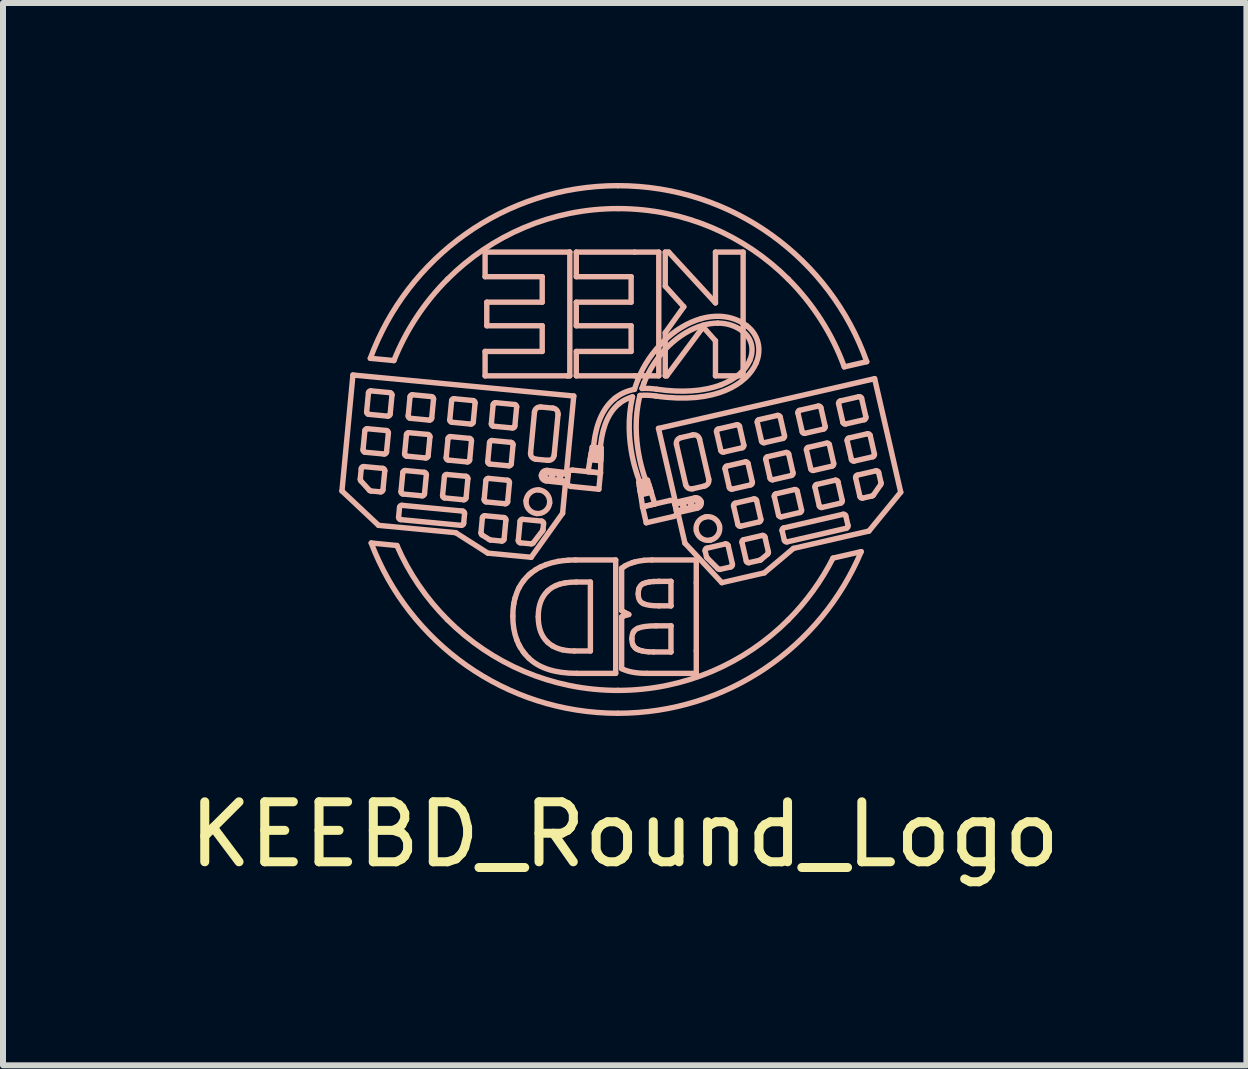
<source format=kicad_pcb>
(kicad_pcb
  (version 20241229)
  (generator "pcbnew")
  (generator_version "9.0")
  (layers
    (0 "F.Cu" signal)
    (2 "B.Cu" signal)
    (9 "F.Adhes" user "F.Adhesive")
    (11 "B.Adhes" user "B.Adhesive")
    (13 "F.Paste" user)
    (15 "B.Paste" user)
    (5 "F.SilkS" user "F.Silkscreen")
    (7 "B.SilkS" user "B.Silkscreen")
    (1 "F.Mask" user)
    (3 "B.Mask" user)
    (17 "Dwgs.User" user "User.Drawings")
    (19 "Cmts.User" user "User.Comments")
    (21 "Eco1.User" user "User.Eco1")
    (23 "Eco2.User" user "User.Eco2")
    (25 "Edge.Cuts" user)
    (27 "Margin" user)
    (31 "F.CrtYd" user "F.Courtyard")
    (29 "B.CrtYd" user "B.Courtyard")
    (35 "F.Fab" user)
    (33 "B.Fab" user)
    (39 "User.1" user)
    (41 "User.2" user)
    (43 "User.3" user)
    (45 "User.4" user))
  (footprint "KEEBD_Round_Logo"
    (layer "F.Cu")
    (at 7.363 10.36)
    (property "Reference" "KEEBD_Round_Logo" (at 0 0.5 0) (layer "F.SilkS") (effects (font (size 1 1) (thickness 0.15))))
    (attr through_hole)
    (fp_line (start -4.713 -5.226) (end -4.103 -4.653) (stroke (width 0.09) (type solid)) (layer "B.SilkS"))
    (fp_line (start -4.53 -7.159) (end -4.713 -5.226) (stroke (width 0.09) (type solid)) (layer "B.SilkS"))
    (fp_line (start -4.408 -5.423) (end -4.391 -5.6) (stroke (width 0.09) (type solid)) (layer "B.SilkS"))
    (fp_line (start -4.362 -5.912) (end -4.331 -6.232) (stroke (width 0.09) (type solid)) (layer "B.SilkS"))
    (fp_line (start -4.352 -5.633) (end -4.032 -5.603) (stroke (width 0.09) (type solid)) (layer "B.SilkS"))
    (fp_line (start -4.302 -6.543) (end -4.271 -6.863) (stroke (width 0.09) (type solid)) (layer "B.SilkS"))
    (fp_line (start -4.292 -6.264) (end -3.972 -6.234) (stroke (width 0.09) (type solid)) (layer "B.SilkS"))
    (fp_line (start -4.256 -5.238) (end -4.399 -5.396) (stroke (width 0.09) (type solid)) (layer "B.SilkS"))
    (fp_line (start -4.24 -7.437) (end -3.847 -7.4) (stroke (width 0.09) (type solid)) (layer "B.SilkS"))
    (fp_line (start -4.232 -6.895) (end -3.912 -6.865) (stroke (width 0.09) (type solid)) (layer "B.SilkS"))
    (fp_line (start -4.103 -4.653) (end -2.817 -4.531) (stroke (width 0.09) (type solid)) (layer "B.SilkS"))
    (fp_line (start -4.069 -5.211) (end -4.233 -5.226) (stroke (width 0.09) (type solid)) (layer "B.SilkS"))
    (fp_line (start -4.009 -5.842) (end -4.329 -5.872) (stroke (width 0.09) (type solid)) (layer "B.SilkS"))
    (fp_line (start -3.999 -5.563) (end -4.03 -5.244) (stroke (width 0.09) (type solid)) (layer "B.SilkS"))
    (fp_line (start -3.949 -6.473) (end -4.269 -6.504) (stroke (width 0.09) (type solid)) (layer "B.SilkS"))
    (fp_line (start -3.939 -6.194) (end -3.97 -5.875) (stroke (width 0.09) (type solid)) (layer "B.SilkS"))
    (fp_line (start -3.879 -6.826) (end -3.91 -6.506) (stroke (width 0.09) (type solid)) (layer "B.SilkS"))
    (fp_line (start -3.797 -4.317) (end -4.225 -4.359) (stroke (width 0.09) (type solid)) (layer "B.SilkS"))
    (fp_line (start -3.769 -4.789) (end -3.753 -4.954) (stroke (width 0.09) (type solid)) (layer "B.SilkS"))
    (fp_line (start -3.729 -5.215) (end -3.698 -5.535) (stroke (width 0.09) (type solid)) (layer "B.SilkS"))
    (fp_line (start -3.714 -4.987) (end -2.701 -4.891) (stroke (width 0.09) (type solid)) (layer "B.SilkS"))
    (fp_line (start -3.669 -5.846) (end -3.638 -6.166) (stroke (width 0.09) (type solid)) (layer "B.SilkS"))
    (fp_line (start -3.659 -5.567) (end -3.339 -5.537) (stroke (width 0.09) (type solid)) (layer "B.SilkS"))
    (fp_line (start -3.609 -6.477) (end -3.578 -6.797) (stroke (width 0.09) (type solid)) (layer "B.SilkS"))
    (fp_line (start -3.599 -6.198) (end -3.279 -6.168) (stroke (width 0.09) (type solid)) (layer "B.SilkS"))
    (fp_line (start -3.539 -6.83) (end -3.219 -6.799) (stroke (width 0.09) (type solid)) (layer "B.SilkS"))
    (fp_line (start -3.376 -5.145) (end -3.696 -5.175) (stroke (width 0.09) (type solid)) (layer "B.SilkS"))
    (fp_line (start -3.316 -5.776) (end -3.636 -5.807) (stroke (width 0.09) (type solid)) (layer "B.SilkS"))
    (fp_line (start -3.306 -5.497) (end -3.337 -5.178) (stroke (width 0.09) (type solid)) (layer "B.SilkS"))
    (fp_line (start -3.256 -6.407) (end -3.576 -6.438) (stroke (width 0.09) (type solid)) (layer "B.SilkS"))
    (fp_line (start -3.246 -6.129) (end -3.277 -5.809) (stroke (width 0.09) (type solid)) (layer "B.SilkS"))
    (fp_line (start -3.186 -6.76) (end -3.217 -6.44) (stroke (width 0.09) (type solid)) (layer "B.SilkS"))
    (fp_line (start -3.036 -5.149) (end -3.005 -5.469) (stroke (width 0.09) (type solid)) (layer "B.SilkS"))
    (fp_line (start -2.976 -5.78) (end -2.945 -6.1) (stroke (width 0.09) (type solid)) (layer "B.SilkS"))
    (fp_line (start -2.966 -5.501) (end -2.646 -5.471) (stroke (width 0.09) (type solid)) (layer "B.SilkS"))
    (fp_line (start -2.916 -6.411) (end -2.885 -6.731) (stroke (width 0.09) (type solid)) (layer "B.SilkS"))
    (fp_line (start -2.906 -6.133) (end -2.586 -6.102) (stroke (width 0.09) (type solid)) (layer "B.SilkS"))
    (fp_line (start -2.846 -6.764) (end -2.526 -6.733) (stroke (width 0.09) (type solid)) (layer "B.SilkS"))
    (fp_line (start -2.817 -4.531) (end -2.282 -4.19) (stroke (width 0.09) (type solid)) (layer "B.SilkS"))
    (fp_line (start -2.724 -4.653) (end -3.737 -4.749) (stroke (width 0.09) (type solid)) (layer "B.SilkS"))
    (fp_line (start -2.683 -5.079) (end -3.003 -5.11) (stroke (width 0.09) (type solid)) (layer "B.SilkS"))
    (fp_line (start -2.669 -4.851) (end -2.684 -4.686) (stroke (width 0.09) (type solid)) (layer "B.SilkS"))
    (fp_line (start -2.623 -5.71) (end -2.943 -5.741) (stroke (width 0.09) (type solid)) (layer "B.SilkS"))
    (fp_line (start -2.614 -5.432) (end -2.644 -5.112) (stroke (width 0.09) (type solid)) (layer "B.SilkS"))
    (fp_line (start -2.563 -6.341) (end -2.883 -6.372) (stroke (width 0.09) (type solid)) (layer "B.SilkS"))
    (fp_line (start -2.554 -6.063) (end -2.584 -5.743) (stroke (width 0.09) (type solid)) (layer "B.SilkS"))
    (fp_line (start -2.494 -6.694) (end -2.524 -6.374) (stroke (width 0.09) (type solid)) (layer "B.SilkS"))
    (fp_line (start -2.396 -4.528) (end -2.372 -4.781) (stroke (width 0.09) (type solid)) (layer "B.SilkS"))
    (fp_line (start -2.343 -5.083) (end -2.313 -5.403) (stroke (width 0.09) (type solid)) (layer "B.SilkS"))
    (fp_line (start -2.332 -4.814) (end -2.013 -4.783) (stroke (width 0.09) (type solid)) (layer "B.SilkS"))
    (fp_line (start -2.327 -9.208) (end -0.92 -9.208) (stroke (width 0.09) (type solid)) (layer "B.SilkS"))
    (fp_line (start -2.327 -8.798) (end -2.327 -9.208) (stroke (width 0.09) (type solid)) (layer "B.SilkS"))
    (fp_line (start -2.327 -7.552) (end -1.375 -7.552) (stroke (width 0.09) (type solid)) (layer "B.SilkS"))
    (fp_line (start -2.327 -7.145) (end -2.327 -7.552) (stroke (width 0.09) (type solid)) (layer "B.SilkS"))
    (fp_line (start -2.299 -8.373) (end -1.375 -8.373) (stroke (width 0.09) (type solid)) (layer "B.SilkS"))
    (fp_line (start -2.299 -7.98) (end -2.299 -8.373) (stroke (width 0.09) (type solid)) (layer "B.SilkS"))
    (fp_line (start -2.283 -5.714) (end -2.253 -6.034) (stroke (width 0.09) (type solid)) (layer "B.SilkS"))
    (fp_line (start -2.282 -4.19) (end -1.559 -4.121) (stroke (width 0.09) (type solid)) (layer "B.SilkS"))
    (fp_line (start -2.273 -5.436) (end -1.953 -5.405) (stroke (width 0.09) (type solid)) (layer "B.SilkS"))
    (fp_line (start -2.254 -4.415) (end -2.379 -4.494) (stroke (width 0.09) (type solid)) (layer "B.SilkS"))
    (fp_line (start -2.223 -6.345) (end -2.193 -6.665) (stroke (width 0.09) (type solid)) (layer "B.SilkS"))
    (fp_line (start -2.213 -6.067) (end -1.893 -6.036) (stroke (width 0.09) (type solid)) (layer "B.SilkS"))
    (fp_line (start -2.153 -6.698) (end -1.833 -6.667) (stroke (width 0.09) (type solid)) (layer "B.SilkS"))
    (fp_line (start -2.05 -4.391) (end -2.238 -4.409) (stroke (width 0.09) (type solid)) (layer "B.SilkS"))
    (fp_line (start -1.991 -5.013) (end -2.31 -5.044) (stroke (width 0.09) (type solid)) (layer "B.SilkS"))
    (fp_line (start -1.98 -4.744) (end -2.01 -4.424) (stroke (width 0.09) (type solid)) (layer "B.SilkS"))
    (fp_line (start -1.931 -5.645) (end -2.25 -5.675) (stroke (width 0.09) (type solid)) (layer "B.SilkS"))
    (fp_line (start -1.921 -5.366) (end -1.951 -5.046) (stroke (width 0.09) (type solid)) (layer "B.SilkS"))
    (fp_line (start -1.871 -6.276) (end -2.19 -6.306) (stroke (width 0.09) (type solid)) (layer "B.SilkS"))
    (fp_line (start -1.861 -5.997) (end -1.891 -5.677) (stroke (width 0.09) (type solid)) (layer "B.SilkS"))
    (fp_line (start -1.801 -6.628) (end -1.831 -6.308) (stroke (width 0.09) (type solid)) (layer "B.SilkS"))
    (fp_line (start -1.774 -4.402) (end -1.744 -4.721) (stroke (width 0.09) (type solid)) (layer "B.SilkS"))
    (fp_line (start -1.704 -4.754) (end -1.385 -4.724) (stroke (width 0.09) (type solid)) (layer "B.SilkS"))
    (fp_line (start -1.569 -5.86) (end -1.504 -6.54) (stroke (width 0.09) (type solid)) (layer "B.SilkS"))
    (fp_line (start -1.559 -4.121) (end -1.035 -4.855) (stroke (width 0.09) (type solid)) (layer "B.SilkS"))
    (fp_line (start -1.559 -4.345) (end -1.742 -4.362) (stroke (width 0.09) (type solid)) (layer "B.SilkS"))
    (fp_line (start -1.4 -6.626) (end -1.197 -6.607) (stroke (width 0.09) (type solid)) (layer "B.SilkS"))
    (fp_line (start -1.375 -8.798) (end -2.327 -8.798) (stroke (width 0.09) (type solid)) (layer "B.SilkS"))
    (fp_line (start -1.375 -8.373) (end -1.375 -8.798) (stroke (width 0.09) (type solid)) (layer "B.SilkS"))
    (fp_line (start -1.375 -7.98) (end -2.299 -7.98) (stroke (width 0.09) (type solid)) (layer "B.SilkS"))
    (fp_line (start -1.375 -7.552) (end -1.375 -7.98) (stroke (width 0.09) (type solid)) (layer "B.SilkS"))
    (fp_line (start -1.369 -4.564) (end -1.526 -4.359) (stroke (width 0.09) (type solid)) (layer "B.SilkS"))
    (fp_line (start -1.352 -4.684) (end -1.362 -4.583) (stroke (width 0.09) (type solid)) (layer "B.SilkS"))
    (fp_line (start -1.326 -5.501) (end -1.33 -5.466) (stroke (width 0.09) (type solid)) (layer "B.SilkS"))
    (fp_line (start -1.294 -5.421) (end -1.23 -5.415) (stroke (width 0.09) (type solid)) (layer "B.SilkS"))
    (fp_line (start -1.291 -5.569) (end -0.971 -5.532) (stroke (width 0.09) (type solid)) (layer "B.SilkS"))
    (fp_line (start -1.28 -5.737) (end -1.483 -5.756) (stroke (width 0.09) (type solid)) (layer "B.SilkS"))
    (fp_line (start -1.23 -5.415) (end -1.218 -5.531) (stroke (width 0.09) (type solid)) (layer "B.SilkS"))
    (fp_line (start -1.218 -5.531) (end -1.282 -5.537) (stroke (width 0.09) (type solid)) (layer "B.SilkS"))
    (fp_line (start -1.205 -5.412) (end -1.099 -5.402) (stroke (width 0.09) (type solid)) (layer "B.SilkS"))
    (fp_line (start -1.193 -5.528) (end -1.205 -5.412) (stroke (width 0.09) (type solid)) (layer "B.SilkS"))
    (fp_line (start -1.111 -6.503) (end -1.176 -5.823) (stroke (width 0.09) (type solid)) (layer "B.SilkS"))
    (fp_line (start -1.099 -5.402) (end -1.087 -5.518) (stroke (width 0.09) (type solid)) (layer "B.SilkS"))
    (fp_line (start -1.087 -5.518) (end -1.193 -5.528) (stroke (width 0.09) (type solid)) (layer "B.SilkS"))
    (fp_line (start -1.074 -5.399) (end -0.954 -5.387) (stroke (width 0.09) (type solid)) (layer "B.SilkS"))
    (fp_line (start -1.062 -5.515) (end -1.074 -5.399) (stroke (width 0.09) (type solid)) (layer "B.SilkS"))
    (fp_line (start -1.035 -4.855) (end -0.987 -5.358) (stroke (width 0.09) (type solid)) (layer "B.SilkS"))
    (fp_line (start -0.987 -5.358) (end -1.311 -5.394) (stroke (width 0.09) (type solid)) (layer "B.SilkS"))
    (fp_line (start -0.971 -5.532) (end -0.849 -6.809) (stroke (width 0.09) (type solid)) (layer "B.SilkS"))
    (fp_line (start -0.959 -5.38) (end -0.946 -5.511) (stroke (width 0.09) (type solid)) (layer "B.SilkS"))
    (fp_line (start -0.954 -5.387) (end -0.942 -5.503) (stroke (width 0.09) (type solid)) (layer "B.SilkS"))
    (fp_line (start -0.953 -7.145) (end -2.327 -7.145) (stroke (width 0.09) (type solid)) (layer "B.SilkS"))
    (fp_line (start -0.953 -7.145) (end -0.953 -7.145) (stroke (width 0.09) (type solid)) (layer "B.SilkS"))
    (fp_line (start -0.942 -5.503) (end -1.062 -5.515) (stroke (width 0.09) (type solid)) (layer "B.SilkS"))
    (fp_line (start -0.92 -9.208) (end -0.915 -9.208) (stroke (width 0.09) (type solid)) (layer "B.SilkS"))
    (fp_line (start -0.915 -9.208) (end -0.915 -7.145) (stroke (width 0.09) (type solid)) (layer "B.SilkS"))
    (fp_line (start -0.915 -7.145) (end -0.953 -7.145) (stroke (width 0.09) (type solid)) (layer "B.SilkS"))
    (fp_line (start -0.868 -5.574) (end -0.404 -5.527) (stroke (width 0.09) (type solid)) (layer "B.SilkS"))
    (fp_line (start -0.849 -6.809) (end -4.53 -7.159) (stroke (width 0.09) (type solid)) (layer "B.SilkS"))
    (fp_line (start -0.84 -2.559) (end -0.572 -2.559) (stroke (width 0.09) (type solid)) (layer "B.SilkS"))
    (fp_line (start -0.818 -4.076) (end -0.15 -4.076) (stroke (width 0.09) (type solid)) (layer "B.SilkS"))
    (fp_line (start -0.807 -9.208) (end 0.164 -9.208) (stroke (width 0.09) (type solid)) (layer "B.SilkS"))
    (fp_line (start -0.807 -8.798) (end -0.807 -9.208) (stroke (width 0.09) (type solid)) (layer "B.SilkS"))
    (fp_line (start -0.807 -8.373) (end 0.107 -8.373) (stroke (width 0.09) (type solid)) (layer "B.SilkS"))
    (fp_line (start -0.807 -7.98) (end -0.807 -8.373) (stroke (width 0.09) (type solid)) (layer "B.SilkS"))
    (fp_line (start -0.807 -7.552) (end 0.107 -7.552) (stroke (width 0.09) (type solid)) (layer "B.SilkS"))
    (fp_line (start -0.807 -7.145) (end -0.807 -7.552) (stroke (width 0.09) (type solid)) (layer "B.SilkS"))
    (fp_line (start -0.611 -5.548) (end -0.404 -5.527) (stroke (width 0.09) (type solid)) (layer "B.SilkS"))
    (fp_line (start -0.577 -5.748) (end -0.611 -5.548) (stroke (width 0.09) (type solid)) (layer "B.SilkS"))
    (fp_line (start -0.572 -3.708) (end -0.808 -3.708) (stroke (width 0.09) (type solid)) (layer "B.SilkS"))
    (fp_line (start -0.572 -2.559) (end -0.572 -3.708) (stroke (width 0.09) (type solid)) (layer "B.SilkS"))
    (fp_line (start -0.572 -5.778) (end -0.397 -5.761) (stroke (width 0.09) (type solid)) (layer "B.SilkS"))
    (fp_line (start -0.567 -5.806) (end -0.572 -5.778) (stroke (width 0.09) (type solid)) (layer "B.SilkS"))
    (fp_line (start -0.562 -5.837) (end -0.395 -5.82) (stroke (width 0.09) (type solid)) (layer "B.SilkS"))
    (fp_line (start -0.557 -5.865) (end -0.562 -5.837) (stroke (width 0.09) (type solid)) (layer "B.SilkS"))
    (fp_line (start -0.551 -5.896) (end -0.393 -5.88) (stroke (width 0.09) (type solid)) (layer "B.SilkS"))
    (fp_line (start -0.541 -5.957) (end -0.551 -5.896) (stroke (width 0.09) (type solid)) (layer "B.SilkS"))
    (fp_line (start -0.521 -5.933) (end -0.407 -5.925) (stroke (width 0.09) (type solid)) (layer "B.SilkS"))
    (fp_line (start -0.431 -5.255) (end -0.896 -5.302) (stroke (width 0.09) (type solid)) (layer "B.SilkS"))
    (fp_line (start -0.404 -5.527) (end -0.398 -5.729) (stroke (width 0.09) (type solid)) (layer "B.SilkS"))
    (fp_line (start -0.404 -5.527) (end -0.431 -5.255) (stroke (width 0.09) (type solid)) (layer "B.SilkS"))
    (fp_line (start -0.398 -5.729) (end -0.577 -5.748) (stroke (width 0.09) (type solid)) (layer "B.SilkS"))
    (fp_line (start -0.397 -5.761) (end -0.396 -5.789) (stroke (width 0.09) (type solid)) (layer "B.SilkS"))
    (fp_line (start -0.396 -5.789) (end -0.567 -5.806) (stroke (width 0.09) (type solid)) (layer "B.SilkS"))
    (fp_line (start -0.395 -5.82) (end -0.394 -5.848) (stroke (width 0.09) (type solid)) (layer "B.SilkS"))
    (fp_line (start -0.394 -5.848) (end -0.557 -5.865) (stroke (width 0.09) (type solid)) (layer "B.SilkS"))
    (fp_line (start -0.393 -5.88) (end -0.391 -5.942) (stroke (width 0.09) (type solid)) (layer "B.SilkS"))
    (fp_line (start -0.391 -5.942) (end -0.541 -5.957) (stroke (width 0.09) (type solid)) (layer "B.SilkS"))
    (fp_line (start -0.15 -4.076) (end -0.15 -2.186) (stroke (width 0.09) (type solid)) (layer "B.SilkS"))
    (fp_line (start -0.15 -2.186) (end -0.797 -2.186) (stroke (width 0.09) (type solid)) (layer "B.SilkS"))
    (fp_line (start -0.051 -3.234) (end -0.051 -3.936) (stroke (width 0.09) (type solid)) (layer "B.SilkS"))
    (fp_line (start -0.051 -2.265) (end -0.051 -3.128) (stroke (width 0.09) (type solid)) (layer "B.SilkS"))
    (fp_line (start 0.107 -8.798) (end -0.807 -8.798) (stroke (width 0.09) (type solid)) (layer "B.SilkS"))
    (fp_line (start 0.107 -8.373) (end 0.107 -8.798) (stroke (width 0.09) (type solid)) (layer "B.SilkS"))
    (fp_line (start 0.107 -7.98) (end -0.807 -7.98) (stroke (width 0.09) (type solid)) (layer "B.SilkS"))
    (fp_line (start 0.107 -7.552) (end 0.107 -7.98) (stroke (width 0.09) (type solid)) (layer "B.SilkS"))
    (fp_line (start 0.164 -9.208) (end 0.568 -9.208) (stroke (width 0.09) (type solid)) (layer "B.SilkS"))
    (fp_line (start 0.164 -7.145) (end -0.807 -7.145) (stroke (width 0.09) (type solid)) (layer "B.SilkS"))
    (fp_line (start 0.233 -5.372) (end 0.243 -5.311) (stroke (width 0.09) (type solid)) (layer "B.SilkS"))
    (fp_line (start 0.243 -5.311) (end 0.398 -5.346) (stroke (width 0.09) (type solid)) (layer "B.SilkS"))
    (fp_line (start 0.248 -5.28) (end 0.252 -5.252) (stroke (width 0.09) (type solid)) (layer "B.SilkS"))
    (fp_line (start 0.252 -5.252) (end 0.416 -5.289) (stroke (width 0.09) (type solid)) (layer "B.SilkS"))
    (fp_line (start 0.257 -5.364) (end 0.358 -5.386) (stroke (width 0.09) (type solid)) (layer "B.SilkS"))
    (fp_line (start 0.257 -5.221) (end 0.262 -5.193) (stroke (width 0.09) (type solid)) (layer "B.SilkS"))
    (fp_line (start 0.262 -5.193) (end 0.433 -5.232) (stroke (width 0.09) (type solid)) (layer "B.SilkS"))
    (fp_line (start 0.267 -5.162) (end 0.298 -4.962) (stroke (width 0.09) (type solid)) (layer "B.SilkS"))
    (fp_line (start 0.298 -4.962) (end 0.359 -4.696) (stroke (width 0.09) (type solid)) (layer "B.SilkS"))
    (fp_line (start 0.298 -4.962) (end 0.501 -5.009) (stroke (width 0.09) (type solid)) (layer "B.SilkS"))
    (fp_line (start 0.359 -4.696) (end 0.814 -4.801) (stroke (width 0.09) (type solid)) (layer "B.SilkS"))
    (fp_line (start 0.38 -5.406) (end 0.233 -5.372) (stroke (width 0.09) (type solid)) (layer "B.SilkS"))
    (fp_line (start 0.398 -5.346) (end 0.38 -5.406) (stroke (width 0.09) (type solid)) (layer "B.SilkS"))
    (fp_line (start 0.408 -5.317) (end 0.248 -5.28) (stroke (width 0.09) (type solid)) (layer "B.SilkS"))
    (fp_line (start 0.416 -5.289) (end 0.408 -5.317) (stroke (width 0.09) (type solid)) (layer "B.SilkS"))
    (fp_line (start 0.425 -5.259) (end 0.257 -5.221) (stroke (width 0.09) (type solid)) (layer "B.SilkS"))
    (fp_line (start 0.433 -5.233) (end 0.425 -5.259) (stroke (width 0.09) (type solid)) (layer "B.SilkS"))
    (fp_line (start 0.433 -5.232) (end 0.433 -5.233) (stroke (width 0.09) (type solid)) (layer "B.SilkS"))
    (fp_line (start 0.442 -5.203) (end 0.267 -5.162) (stroke (width 0.09) (type solid)) (layer "B.SilkS"))
    (fp_line (start 0.458 -4.076) (end 1.193 -4.076) (stroke (width 0.09) (type solid)) (layer "B.SilkS"))
    (fp_line (start 0.482 -2.543) (end 0.771 -2.543) (stroke (width 0.09) (type solid)) (layer "B.SilkS"))
    (fp_line (start 0.501 -5.009) (end 0.442 -5.203) (stroke (width 0.09) (type solid)) (layer "B.SilkS"))
    (fp_line (start 0.563 -6.269) (end 0.847 -5.037) (stroke (width 0.09) (type solid)) (layer "B.SilkS"))
    (fp_line (start 0.568 -9.208) (end 0.568 -7.145) (stroke (width 0.09) (type solid)) (layer "B.SilkS"))
    (fp_line (start 0.568 -7.145) (end 0.164 -7.145) (stroke (width 0.09) (type solid)) (layer "B.SilkS"))
    (fp_line (start 0.569 -3.719) (end 0.569 -3.719) (stroke (width 0.09) (type solid)) (layer "B.SilkS"))
    (fp_line (start 0.571 -3.311) (end 0.771 -3.311) (stroke (width 0.09) (type solid)) (layer "B.SilkS"))
    (fp_line (start 0.676 -9.208) (end 0.734 -9.208) (stroke (width 0.09) (type solid)) (layer "B.SilkS"))
    (fp_line (start 0.676 -8.639) (end 0.676 -9.208) (stroke (width 0.09) (type solid)) (layer "B.SilkS"))
    (fp_line (start 0.676 -7.145) (end 0.676 -7.864) (stroke (width 0.09) (type solid)) (layer "B.SilkS"))
    (fp_line (start 0.701 -7.145) (end 0.676 -7.145) (stroke (width 0.09) (type solid)) (layer "B.SilkS"))
    (fp_line (start 0.734 -9.208) (end 1.513 -8.361) (stroke (width 0.09) (type solid)) (layer "B.SilkS"))
    (fp_line (start 0.753 -5.067) (end 0.298 -4.962) (stroke (width 0.09) (type solid)) (layer "B.SilkS"))
    (fp_line (start 0.771 -3.719) (end 0.569 -3.719) (stroke (width 0.09) (type solid)) (layer "B.SilkS"))
    (fp_line (start 0.771 -3.719) (end 0.771 -3.719) (stroke (width 0.09) (type solid)) (layer "B.SilkS"))
    (fp_line (start 0.771 -3.311) (end 0.771 -3.719) (stroke (width 0.09) (type solid)) (layer "B.SilkS"))
    (fp_line (start 0.771 -3.311) (end 0.771 -3.311) (stroke (width 0.09) (type solid)) (layer "B.SilkS"))
    (fp_line (start 0.771 -2.978) (end 0.523 -2.978) (stroke (width 0.09) (type solid)) (layer "B.SilkS"))
    (fp_line (start 0.771 -2.978) (end 0.771 -2.978) (stroke (width 0.09) (type solid)) (layer "B.SilkS"))
    (fp_line (start 0.771 -2.543) (end 0.771 -2.978) (stroke (width 0.09) (type solid)) (layer "B.SilkS"))
    (fp_line (start 0.771 -2.543) (end 0.771 -2.543) (stroke (width 0.09) (type solid)) (layer "B.SilkS"))
    (fp_line (start 0.836 -5.006) (end 0.862 -4.892) (stroke (width 0.09) (type solid)) (layer "B.SilkS"))
    (fp_line (start 0.847 -5.037) (end 1.17 -5.111) (stroke (width 0.09) (type solid)) (layer "B.SilkS"))
    (fp_line (start 0.862 -4.892) (end 0.979 -4.919) (stroke (width 0.09) (type solid)) (layer "B.SilkS"))
    (fp_line (start 0.863 -6) (end 1.016 -5.334) (stroke (width 0.09) (type solid)) (layer "B.SilkS"))
    (fp_line (start 0.867 -4.885) (end 0.838 -5.014) (stroke (width 0.09) (type solid)) (layer "B.SilkS"))
    (fp_line (start 0.886 -4.865) (end 1.004 -4.356) (stroke (width 0.09) (type solid)) (layer "B.SilkS"))
    (fp_line (start 0.953 -5.033) (end 0.836 -5.006) (stroke (width 0.09) (type solid)) (layer "B.SilkS"))
    (fp_line (start 0.977 -5.038) (end 1.004 -4.924) (stroke (width 0.09) (type solid)) (layer "B.SilkS"))
    (fp_line (start 0.979 -4.919) (end 0.953 -5.033) (stroke (width 0.09) (type solid)) (layer "B.SilkS"))
    (fp_line (start 0.985 -8.296) (end 0.676 -8.639) (stroke (width 0.09) (type solid)) (layer "B.SilkS"))
    (fp_line (start 1.004 -4.924) (end 1.107 -4.948) (stroke (width 0.09) (type solid)) (layer "B.SilkS"))
    (fp_line (start 1.004 -4.356) (end 1.619 -3.698) (stroke (width 0.09) (type solid)) (layer "B.SilkS"))
    (fp_line (start 1.081 -5.062) (end 0.977 -5.038) (stroke (width 0.09) (type solid)) (layer "B.SilkS"))
    (fp_line (start 1.106 -5.068) (end 1.132 -4.954) (stroke (width 0.09) (type solid)) (layer "B.SilkS"))
    (fp_line (start 1.107 -4.948) (end 1.081 -5.062) (stroke (width 0.09) (type solid)) (layer "B.SilkS"))
    (fp_line (start 1.13 -5.262) (end 1.329 -5.308) (stroke (width 0.09) (type solid)) (layer "B.SilkS"))
    (fp_line (start 1.132 -4.954) (end 1.194 -4.968) (stroke (width 0.09) (type solid)) (layer "B.SilkS"))
    (fp_line (start 1.133 -6.16) (end 0.934 -6.114) (stroke (width 0.09) (type solid)) (layer "B.SilkS"))
    (fp_line (start 1.168 -5.082) (end 1.106 -5.068) (stroke (width 0.09) (type solid)) (layer "B.SilkS"))
    (fp_line (start 1.193 -4.076) (end 1.193 -3.7) (stroke (width 0.09) (type solid)) (layer "B.SilkS"))
    (fp_line (start 1.193 -3.7) (end 1.193 -2.559) (stroke (width 0.09) (type solid)) (layer "B.SilkS"))
    (fp_line (start 1.193 -2.559) (end 1.193 -2.186) (stroke (width 0.09) (type solid)) (layer "B.SilkS"))
    (fp_line (start 1.193 -2.186) (end 0.366 -2.186) (stroke (width 0.09) (type solid)) (layer "B.SilkS"))
    (fp_line (start 1.209 -4.94) (end 0.886 -4.865) (stroke (width 0.09) (type solid)) (layer "B.SilkS"))
    (fp_line (start 1.225 -5.017) (end 1.217 -5.052) (stroke (width 0.09) (type solid)) (layer "B.SilkS"))
    (fp_line (start 1.307 -7.96) (end 0.701 -7.145) (stroke (width 0.09) (type solid)) (layer "B.SilkS"))
    (fp_line (start 1.34 -4.228) (end 1.363 -4.129) (stroke (width 0.09) (type solid)) (layer "B.SilkS"))
    (fp_line (start 1.373 -4.112) (end 1.555 -3.929) (stroke (width 0.09) (type solid)) (layer "B.SilkS"))
    (fp_line (start 1.401 -5.423) (end 1.248 -6.088) (stroke (width 0.09) (type solid)) (layer "B.SilkS"))
    (fp_line (start 1.513 -9.208) (end 1.974 -9.208) (stroke (width 0.09) (type solid)) (layer "B.SilkS"))
    (fp_line (start 1.513 -8.361) (end 1.513 -9.208) (stroke (width 0.09) (type solid)) (layer "B.SilkS"))
    (fp_line (start 1.513 -7.729) (end 1.307 -7.96) (stroke (width 0.09) (type solid)) (layer "B.SilkS"))
    (fp_line (start 1.513 -7.145) (end 1.513 -7.729) (stroke (width 0.09) (type solid)) (layer "B.SilkS"))
    (fp_line (start 1.53 -6.214) (end 1.602 -5.901) (stroke (width 0.09) (type solid)) (layer "B.SilkS"))
    (fp_line (start 1.589 -3.919) (end 1.768 -3.96) (stroke (width 0.09) (type solid)) (layer "B.SilkS"))
    (fp_line (start 1.619 -3.698) (end 2.327 -3.861) (stroke (width 0.09) (type solid)) (layer "B.SilkS"))
    (fp_line (start 1.646 -5.874) (end 1.959 -5.946) (stroke (width 0.09) (type solid)) (layer "B.SilkS"))
    (fp_line (start 1.672 -5.597) (end 1.744 -5.283) (stroke (width 0.09) (type solid)) (layer "B.SilkS"))
    (fp_line (start 1.68 -4.344) (end 1.367 -4.272) (stroke (width 0.09) (type solid)) (layer "B.SilkS"))
    (fp_line (start 1.788 -5.256) (end 2.101 -5.328) (stroke (width 0.09) (type solid)) (layer "B.SilkS"))
    (fp_line (start 1.796 -4.004) (end 1.724 -4.317) (stroke (width 0.09) (type solid)) (layer "B.SilkS"))
    (fp_line (start 1.814 -4.979) (end 1.887 -4.666) (stroke (width 0.09) (type solid)) (layer "B.SilkS"))
    (fp_line (start 1.871 -6.33) (end 1.557 -6.258) (stroke (width 0.09) (type solid)) (layer "B.SilkS"))
    (fp_line (start 1.93 -4.638) (end 2.243 -4.711) (stroke (width 0.09) (type solid)) (layer "B.SilkS"))
    (fp_line (start 1.955 -4.37) (end 2.027 -4.057) (stroke (width 0.09) (type solid)) (layer "B.SilkS"))
    (fp_line (start 1.974 -9.208) (end 1.974 -7.145) (stroke (width 0.09) (type solid)) (layer "B.SilkS"))
    (fp_line (start 1.974 -7.145) (end 1.513 -7.145) (stroke (width 0.09) (type solid)) (layer "B.SilkS"))
    (fp_line (start 1.986 -5.989) (end 1.914 -6.303) (stroke (width 0.09) (type solid)) (layer "B.SilkS"))
    (fp_line (start 2.013 -5.712) (end 1.699 -5.64) (stroke (width 0.09) (type solid)) (layer "B.SilkS"))
    (fp_line (start 2.07 -4.03) (end 2.254 -4.072) (stroke (width 0.09) (type solid)) (layer "B.SilkS"))
    (fp_line (start 2.128 -5.372) (end 2.056 -5.685) (stroke (width 0.09) (type solid)) (layer "B.SilkS"))
    (fp_line (start 2.155 -5.094) (end 1.842 -5.022) (stroke (width 0.09) (type solid)) (layer "B.SilkS"))
    (fp_line (start 2.209 -6.37) (end 2.281 -6.057) (stroke (width 0.09) (type solid)) (layer "B.SilkS"))
    (fp_line (start 2.269 -4.079) (end 2.383 -4.175) (stroke (width 0.09) (type solid)) (layer "B.SilkS"))
    (fp_line (start 2.27 -4.754) (end 2.198 -5.067) (stroke (width 0.09) (type solid)) (layer "B.SilkS"))
    (fp_line (start 2.295 -4.485) (end 1.982 -4.413) (stroke (width 0.09) (type solid)) (layer "B.SilkS"))
    (fp_line (start 2.324 -6.03) (end 2.637 -6.102) (stroke (width 0.09) (type solid)) (layer "B.SilkS"))
    (fp_line (start 2.327 -3.861) (end 2.813 -4.269) (stroke (width 0.09) (type solid)) (layer "B.SilkS"))
    (fp_line (start 2.351 -5.753) (end 2.423 -5.439) (stroke (width 0.09) (type solid)) (layer "B.SilkS"))
    (fp_line (start 2.395 -4.211) (end 2.338 -4.458) (stroke (width 0.09) (type solid)) (layer "B.SilkS"))
    (fp_line (start 2.466 -5.412) (end 2.779 -5.484) (stroke (width 0.09) (type solid)) (layer "B.SilkS"))
    (fp_line (start 2.493 -5.135) (end 2.565 -4.822) (stroke (width 0.09) (type solid)) (layer "B.SilkS"))
    (fp_line (start 2.549 -6.486) (end 2.236 -6.414) (stroke (width 0.09) (type solid)) (layer "B.SilkS"))
    (fp_line (start 2.608 -4.794) (end 2.921 -4.867) (stroke (width 0.09) (type solid)) (layer "B.SilkS"))
    (fp_line (start 2.623 -4.567) (end 2.661 -4.404) (stroke (width 0.09) (type solid)) (layer "B.SilkS"))
    (fp_line (start 2.664 -6.145) (end 2.592 -6.459) (stroke (width 0.09) (type solid)) (layer "B.SilkS"))
    (fp_line (start 2.691 -5.868) (end 2.378 -5.796) (stroke (width 0.09) (type solid)) (layer "B.SilkS"))
    (fp_line (start 2.704 -4.377) (end 3.695 -4.605) (stroke (width 0.09) (type solid)) (layer "B.SilkS"))
    (fp_line (start 2.806 -5.528) (end 2.734 -5.841) (stroke (width 0.09) (type solid)) (layer "B.SilkS"))
    (fp_line (start 2.813 -4.269) (end 4.071 -4.558) (stroke (width 0.09) (type solid)) (layer "B.SilkS"))
    (fp_line (start 2.833 -5.25) (end 2.52 -5.178) (stroke (width 0.09) (type solid)) (layer "B.SilkS"))
    (fp_line (start 2.887 -6.526) (end 2.959 -6.213) (stroke (width 0.09) (type solid)) (layer "B.SilkS"))
    (fp_line (start 2.948 -4.91) (end 2.876 -5.223) (stroke (width 0.09) (type solid)) (layer "B.SilkS"))
    (fp_line (start 3.002 -6.186) (end 3.315 -6.258) (stroke (width 0.09) (type solid)) (layer "B.SilkS"))
    (fp_line (start 3.029 -5.909) (end 3.101 -5.595) (stroke (width 0.09) (type solid)) (layer "B.SilkS"))
    (fp_line (start 3.144 -5.568) (end 3.457 -5.64) (stroke (width 0.09) (type solid)) (layer "B.SilkS"))
    (fp_line (start 3.171 -5.291) (end 3.243 -4.978) (stroke (width 0.09) (type solid)) (layer "B.SilkS"))
    (fp_line (start 3.227 -6.642) (end 2.914 -6.57) (stroke (width 0.09) (type solid)) (layer "B.SilkS"))
    (fp_line (start 3.286 -4.951) (end 3.599 -5.023) (stroke (width 0.09) (type solid)) (layer "B.SilkS"))
    (fp_line (start 3.342 -6.301) (end 3.27 -6.615) (stroke (width 0.09) (type solid)) (layer "B.SilkS"))
    (fp_line (start 3.369 -6.024) (end 3.056 -5.952) (stroke (width 0.09) (type solid)) (layer "B.SilkS"))
    (fp_line (start 3.484 -5.684) (end 3.412 -5.997) (stroke (width 0.09) (type solid)) (layer "B.SilkS"))
    (fp_line (start 3.511 -5.406) (end 3.198 -5.334) (stroke (width 0.09) (type solid)) (layer "B.SilkS"))
    (fp_line (start 3.565 -6.682) (end 3.637 -6.369) (stroke (width 0.09) (type solid)) (layer "B.SilkS"))
    (fp_line (start 3.627 -5.066) (end 3.555 -5.379) (stroke (width 0.09) (type solid)) (layer "B.SilkS"))
    (fp_line (start 3.642 -4.838) (end 2.651 -4.61) (stroke (width 0.09) (type solid)) (layer "B.SilkS"))
    (fp_line (start 3.66 -7.295) (end 4.034 -7.381) (stroke (width 0.09) (type solid)) (layer "B.SilkS"))
    (fp_line (start 3.68 -6.342) (end 3.994 -6.414) (stroke (width 0.09) (type solid)) (layer "B.SilkS"))
    (fp_line (start 3.707 -6.065) (end 3.779 -5.751) (stroke (width 0.09) (type solid)) (layer "B.SilkS"))
    (fp_line (start 3.723 -4.649) (end 3.685 -4.811) (stroke (width 0.09) (type solid)) (layer "B.SilkS"))
    (fp_line (start 3.822 -5.724) (end 4.136 -5.796) (stroke (width 0.09) (type solid)) (layer "B.SilkS"))
    (fp_line (start 3.849 -5.447) (end 3.921 -5.134) (stroke (width 0.09) (type solid)) (layer "B.SilkS"))
    (fp_line (start 3.905 -6.798) (end 3.592 -6.726) (stroke (width 0.09) (type solid)) (layer "B.SilkS"))
    (fp_line (start 3.942 -4.215) (end 3.472 -4.107) (stroke (width 0.09) (type solid)) (layer "B.SilkS"))
    (fp_line (start 3.965 -5.107) (end 4.125 -5.143) (stroke (width 0.09) (type solid)) (layer "B.SilkS"))
    (fp_line (start 4.021 -6.458) (end 3.949 -6.771) (stroke (width 0.09) (type solid)) (layer "B.SilkS"))
    (fp_line (start 4.047 -6.18) (end 3.734 -6.108) (stroke (width 0.09) (type solid)) (layer "B.SilkS"))
    (fp_line (start 4.071 -4.558) (end 4.601 -5.206) (stroke (width 0.09) (type solid)) (layer "B.SilkS"))
    (fp_line (start 4.146 -5.158) (end 4.267 -5.333) (stroke (width 0.09) (type solid)) (layer "B.SilkS"))
    (fp_line (start 4.163 -5.84) (end 4.091 -6.153) (stroke (width 0.09) (type solid)) (layer "B.SilkS"))
    (fp_line (start 4.166 -7.098) (end 0.563 -6.269) (stroke (width 0.09) (type solid)) (layer "B.SilkS"))
    (fp_line (start 4.189 -5.562) (end 3.876 -5.49) (stroke (width 0.09) (type solid)) (layer "B.SilkS"))
    (fp_line (start 4.273 -5.362) (end 4.233 -5.535) (stroke (width 0.09) (type solid)) (layer "B.SilkS"))
    (fp_line (start 4.601 -5.206) (end 4.166 -7.098) (stroke (width 0.09) (type solid)) (layer "B.SilkS"))
    (fp_curve (pts (xy -4.399 -5.396) (xy -4.406 -5.403) (xy -4.409 -5.413) (xy -4.408 -5.423)) (stroke (width 0.09) (type solid)) (layer "B.SilkS"))
    (fp_curve (pts (xy -4.391 -5.6) (xy -4.389 -5.62) (xy -4.372 -5.635) (xy -4.352 -5.633)) (stroke (width 0.09) (type solid)) (layer "B.SilkS"))
    (fp_curve (pts (xy -4.331 -6.232) (xy -4.329 -6.252) (xy -4.312 -6.266) (xy -4.292 -6.264)) (stroke (width 0.09) (type solid)) (layer "B.SilkS"))
    (fp_curve (pts (xy -4.329 -5.872) (xy -4.349 -5.874) (xy -4.363 -5.892) (xy -4.362 -5.912)) (stroke (width 0.09) (type solid)) (layer "B.SilkS"))
    (fp_curve (pts (xy -4.271 -6.863) (xy -4.269 -6.883) (xy -4.252 -6.897) (xy -4.232 -6.895)) (stroke (width 0.09) (type solid)) (layer "B.SilkS"))
    (fp_curve (pts (xy -4.269 -6.504) (xy -4.289 -6.505) (xy -4.303 -6.523) (xy -4.302 -6.543)) (stroke (width 0.09) (type solid)) (layer "B.SilkS"))
    (fp_curve (pts (xy -4.233 -5.226) (xy -4.242 -5.227) (xy -4.25 -5.232) (xy -4.256 -5.238)) (stroke (width 0.09) (type solid)) (layer "B.SilkS"))
    (fp_curve (pts (xy -4.225 -4.359) (xy -3.596 -2.7) (xy -1.993 -1.521) (xy -0.113 -1.521)) (stroke (width 0.09) (type solid)) (layer "B.SilkS"))
    (fp_curve (pts (xy -4.032 -5.603) (xy -4.012 -5.601) (xy -3.997 -5.583) (xy -3.999 -5.563)) (stroke (width 0.09) (type solid)) (layer "B.SilkS"))
    (fp_curve (pts (xy -4.03 -5.244) (xy -4.032 -5.224) (xy -4.049 -5.209) (xy -4.069 -5.211)) (stroke (width 0.09) (type solid)) (layer "B.SilkS"))
    (fp_curve (pts (xy -3.972 -6.234) (xy -3.952 -6.232) (xy -3.937 -6.214) (xy -3.939 -6.194)) (stroke (width 0.09) (type solid)) (layer "B.SilkS"))
    (fp_curve (pts (xy -3.97 -5.875) (xy -3.972 -5.855) (xy -3.989 -5.84) (xy -4.009 -5.842)) (stroke (width 0.09) (type solid)) (layer "B.SilkS"))
    (fp_curve (pts (xy -3.912 -6.865) (xy -3.892 -6.863) (xy -3.877 -6.845) (xy -3.879 -6.826)) (stroke (width 0.09) (type solid)) (layer "B.SilkS"))
    (fp_curve (pts (xy -3.91 -6.506) (xy -3.912 -6.486) (xy -3.929 -6.471) (xy -3.949 -6.473)) (stroke (width 0.09) (type solid)) (layer "B.SilkS"))
    (fp_curve (pts (xy -3.847 -7.4) (xy -3.643 -7.912) (xy -3.336 -8.373) (xy -2.953 -8.757)) (stroke (width 0.09) (type solid)) (layer "B.SilkS"))
    (fp_curve (pts (xy -3.753 -4.954) (xy -3.752 -4.974) (xy -3.734 -4.989) (xy -3.714 -4.987)) (stroke (width 0.09) (type solid)) (layer "B.SilkS"))
    (fp_curve (pts (xy -3.737 -4.749) (xy -3.756 -4.751) (xy -3.771 -4.769) (xy -3.769 -4.789)) (stroke (width 0.09) (type solid)) (layer "B.SilkS"))
    (fp_curve (pts (xy -3.698 -5.535) (xy -3.696 -5.555) (xy -3.679 -5.569) (xy -3.659 -5.567)) (stroke (width 0.09) (type solid)) (layer "B.SilkS"))
    (fp_curve (pts (xy -3.696 -5.175) (xy -3.716 -5.177) (xy -3.731 -5.195) (xy -3.729 -5.215)) (stroke (width 0.09) (type solid)) (layer "B.SilkS"))
    (fp_curve (pts (xy -3.638 -6.166) (xy -3.636 -6.186) (xy -3.619 -6.2) (xy -3.599 -6.198)) (stroke (width 0.09) (type solid)) (layer "B.SilkS"))
    (fp_curve (pts (xy -3.636 -5.807) (xy -3.656 -5.808) (xy -3.671 -5.826) (xy -3.669 -5.846)) (stroke (width 0.09) (type solid)) (layer "B.SilkS"))
    (fp_curve (pts (xy -3.578 -6.797) (xy -3.576 -6.817) (xy -3.559 -6.831) (xy -3.539 -6.83)) (stroke (width 0.09) (type solid)) (layer "B.SilkS"))
    (fp_curve (pts (xy -3.576 -6.438) (xy -3.596 -6.44) (xy -3.611 -6.457) (xy -3.609 -6.477)) (stroke (width 0.09) (type solid)) (layer "B.SilkS"))
    (fp_curve (pts (xy -3.339 -5.537) (xy -3.319 -5.535) (xy -3.305 -5.517) (xy -3.306 -5.497)) (stroke (width 0.09) (type solid)) (layer "B.SilkS"))
    (fp_curve (pts (xy -3.337 -5.178) (xy -3.339 -5.158) (xy -3.356 -5.143) (xy -3.376 -5.145)) (stroke (width 0.09) (type solid)) (layer "B.SilkS"))
    (fp_curve (pts (xy -3.279 -6.168) (xy -3.259 -6.166) (xy -3.245 -6.148) (xy -3.246 -6.129)) (stroke (width 0.09) (type solid)) (layer "B.SilkS"))
    (fp_curve (pts (xy -3.277 -5.809) (xy -3.279 -5.789) (xy -3.296 -5.774) (xy -3.316 -5.776)) (stroke (width 0.09) (type solid)) (layer "B.SilkS"))
    (fp_curve (pts (xy -3.219 -6.799) (xy -3.199 -6.797) (xy -3.185 -6.78) (xy -3.186 -6.76)) (stroke (width 0.09) (type solid)) (layer "B.SilkS"))
    (fp_curve (pts (xy -3.217 -6.44) (xy -3.219 -6.42) (xy -3.236 -6.405) (xy -3.256 -6.407)) (stroke (width 0.09) (type solid)) (layer "B.SilkS"))
    (fp_curve (pts (xy -3.005 -5.469) (xy -3.004 -5.489) (xy -2.986 -5.503) (xy -2.966 -5.501)) (stroke (width 0.09) (type solid)) (layer "B.SilkS"))
    (fp_curve (pts (xy -3.003 -5.11) (xy -3.023 -5.112) (xy -3.038 -5.129) (xy -3.036 -5.149)) (stroke (width 0.09) (type solid)) (layer "B.SilkS"))
    (fp_curve (pts (xy -2.953 -8.757) (xy -2.225 -9.484) (xy -1.222 -9.933) (xy -0.113 -9.933)) (stroke (width 0.09) (type solid)) (layer "B.SilkS"))
    (fp_curve (pts (xy -2.953 -3.078) (xy -3.307 -3.433) (xy -3.595 -3.851) (xy -3.797 -4.317)) (stroke (width 0.09) (type solid)) (layer "B.SilkS"))
    (fp_curve (pts (xy -2.945 -6.1) (xy -2.944 -6.12) (xy -2.926 -6.134) (xy -2.906 -6.133)) (stroke (width 0.09) (type solid)) (layer "B.SilkS"))
    (fp_curve (pts (xy -2.943 -5.741) (xy -2.963 -5.743) (xy -2.978 -5.76) (xy -2.976 -5.78)) (stroke (width 0.09) (type solid)) (layer "B.SilkS"))
    (fp_curve (pts (xy -2.885 -6.731) (xy -2.884 -6.751) (xy -2.866 -6.766) (xy -2.846 -6.764)) (stroke (width 0.09) (type solid)) (layer "B.SilkS"))
    (fp_curve (pts (xy -2.883 -6.372) (xy -2.903 -6.374) (xy -2.918 -6.391) (xy -2.916 -6.411)) (stroke (width 0.09) (type solid)) (layer "B.SilkS"))
    (fp_curve (pts (xy -2.701 -4.891) (xy -2.681 -4.889) (xy -2.667 -4.871) (xy -2.669 -4.851)) (stroke (width 0.09) (type solid)) (layer "B.SilkS"))
    (fp_curve (pts (xy -2.684 -4.686) (xy -2.686 -4.666) (xy -2.704 -4.651) (xy -2.724 -4.653)) (stroke (width 0.09) (type solid)) (layer "B.SilkS"))
    (fp_curve (pts (xy -2.646 -5.471) (xy -2.626 -5.469) (xy -2.612 -5.452) (xy -2.614 -5.432)) (stroke (width 0.09) (type solid)) (layer "B.SilkS"))
    (fp_curve (pts (xy -2.644 -5.112) (xy -2.646 -5.092) (xy -2.664 -5.077) (xy -2.683 -5.079)) (stroke (width 0.09) (type solid)) (layer "B.SilkS"))
    (fp_curve (pts (xy -2.586 -6.102) (xy -2.566 -6.1) (xy -2.552 -6.083) (xy -2.554 -6.063)) (stroke (width 0.09) (type solid)) (layer "B.SilkS"))
    (fp_curve (pts (xy -2.584 -5.743) (xy -2.586 -5.723) (xy -2.604 -5.708) (xy -2.623 -5.71)) (stroke (width 0.09) (type solid)) (layer "B.SilkS"))
    (fp_curve (pts (xy -2.526 -6.733) (xy -2.506 -6.731) (xy -2.492 -6.714) (xy -2.494 -6.694)) (stroke (width 0.09) (type solid)) (layer "B.SilkS"))
    (fp_curve (pts (xy -2.524 -6.374) (xy -2.526 -6.354) (xy -2.544 -6.34) (xy -2.563 -6.341)) (stroke (width 0.09) (type solid)) (layer "B.SilkS"))
    (fp_curve (pts (xy -2.379 -4.494) (xy -2.391 -4.502) (xy -2.397 -4.515) (xy -2.396 -4.528)) (stroke (width 0.09) (type solid)) (layer "B.SilkS"))
    (fp_curve (pts (xy -2.372 -4.781) (xy -2.37 -4.801) (xy -2.352 -4.815) (xy -2.332 -4.814)) (stroke (width 0.09) (type solid)) (layer "B.SilkS"))
    (fp_curve (pts (xy -2.313 -5.403) (xy -2.311 -5.423) (xy -2.293 -5.438) (xy -2.273 -5.436)) (stroke (width 0.09) (type solid)) (layer "B.SilkS"))
    (fp_curve (pts (xy -2.31 -5.044) (xy -2.33 -5.046) (xy -2.345 -5.063) (xy -2.343 -5.083)) (stroke (width 0.09) (type solid)) (layer "B.SilkS"))
    (fp_curve (pts (xy -2.253 -6.034) (xy -2.251 -6.054) (xy -2.233 -6.069) (xy -2.213 -6.067)) (stroke (width 0.09) (type solid)) (layer "B.SilkS"))
    (fp_curve (pts (xy -2.25 -5.675) (xy -2.27 -5.677) (xy -2.285 -5.694) (xy -2.283 -5.714)) (stroke (width 0.09) (type solid)) (layer "B.SilkS"))
    (fp_curve (pts (xy -2.238 -4.409) (xy -2.244 -4.41) (xy -2.249 -4.412) (xy -2.254 -4.415)) (stroke (width 0.09) (type solid)) (layer "B.SilkS"))
    (fp_curve (pts (xy -2.193 -6.665) (xy -2.191 -6.685) (xy -2.173 -6.7) (xy -2.153 -6.698)) (stroke (width 0.09) (type solid)) (layer "B.SilkS"))
    (fp_curve (pts (xy -2.19 -6.306) (xy -2.21 -6.308) (xy -2.225 -6.326) (xy -2.223 -6.345)) (stroke (width 0.09) (type solid)) (layer "B.SilkS"))
    (fp_curve (pts (xy -2.013 -4.783) (xy -1.993 -4.781) (xy -1.978 -4.764) (xy -1.98 -4.744)) (stroke (width 0.09) (type solid)) (layer "B.SilkS"))
    (fp_curve (pts (xy -2.01 -4.424) (xy -2.012 -4.404) (xy -2.03 -4.389) (xy -2.05 -4.391)) (stroke (width 0.09) (type solid)) (layer "B.SilkS"))
    (fp_curve (pts (xy -1.953 -5.405) (xy -1.933 -5.403) (xy -1.919 -5.386) (xy -1.921 -5.366)) (stroke (width 0.09) (type solid)) (layer "B.SilkS"))
    (fp_curve (pts (xy -1.951 -5.046) (xy -1.953 -5.026) (xy -1.971 -5.012) (xy -1.991 -5.013)) (stroke (width 0.09) (type solid)) (layer "B.SilkS"))
    (fp_curve (pts (xy -1.893 -6.036) (xy -1.874 -6.034) (xy -1.859 -6.017) (xy -1.861 -5.997)) (stroke (width 0.09) (type solid)) (layer "B.SilkS"))
    (fp_curve (pts (xy -1.891 -5.677) (xy -1.893 -5.657) (xy -1.911 -5.643) (xy -1.931 -5.645)) (stroke (width 0.09) (type solid)) (layer "B.SilkS"))
    (fp_curve (pts (xy -1.865 -3.14) (xy -1.865 -3.214) (xy -1.86 -3.283) (xy -1.848 -3.349)) (stroke (width 0.09) (type solid)) (layer "B.SilkS"))
    (fp_curve (pts (xy -1.848 -3.349) (xy -1.843 -3.381) (xy -1.836 -3.413) (xy -1.827 -3.444)) (stroke (width 0.09) (type solid)) (layer "B.SilkS"))
    (fp_curve (pts (xy -1.833 -6.667) (xy -1.814 -6.666) (xy -1.799 -6.648) (xy -1.801 -6.628)) (stroke (width 0.09) (type solid)) (layer "B.SilkS"))
    (fp_curve (pts (xy -1.831 -6.308) (xy -1.833 -6.288) (xy -1.851 -6.274) (xy -1.871 -6.276)) (stroke (width 0.09) (type solid)) (layer "B.SilkS"))
    (fp_curve (pts (xy -1.827 -3.444) (xy -1.81 -3.505) (xy -1.788 -3.563) (xy -1.76 -3.616)) (stroke (width 0.09) (type solid)) (layer "B.SilkS"))
    (fp_curve (pts (xy -1.799 -2.745) (xy -1.843 -2.862) (xy -1.865 -2.993) (xy -1.865 -3.14)) (stroke (width 0.09) (type solid)) (layer "B.SilkS"))
    (fp_curve (pts (xy -1.762 -2.661) (xy -1.776 -2.688) (xy -1.788 -2.716) (xy -1.799 -2.745)) (stroke (width 0.09) (type solid)) (layer "B.SilkS"))
    (fp_curve (pts (xy -1.76 -3.616) (xy -1.738 -3.656) (xy -1.714 -3.694) (xy -1.687 -3.729)) (stroke (width 0.09) (type solid)) (layer "B.SilkS"))
    (fp_curve (pts (xy -1.744 -4.721) (xy -1.742 -4.741) (xy -1.724 -4.756) (xy -1.704 -4.754)) (stroke (width 0.09) (type solid)) (layer "B.SilkS"))
    (fp_curve (pts (xy -1.742 -4.362) (xy -1.762 -4.364) (xy -1.776 -4.382) (xy -1.774 -4.402)) (stroke (width 0.09) (type solid)) (layer "B.SilkS"))
    (fp_curve (pts (xy -1.741 -2.621) (xy -1.748 -2.634) (xy -1.755 -2.648) (xy -1.762 -2.661)) (stroke (width 0.09) (type solid)) (layer "B.SilkS"))
    (fp_curve (pts (xy -1.691 -2.545) (xy -1.709 -2.57) (xy -1.725 -2.595) (xy -1.741 -2.621)) (stroke (width 0.09) (type solid)) (layer "B.SilkS"))
    (fp_curve (pts (xy -1.687 -3.729) (xy -1.659 -3.765) (xy -1.629 -3.798) (xy -1.595 -3.829)) (stroke (width 0.09) (type solid)) (layer "B.SilkS"))
    (fp_curve (pts (xy -1.663 -2.51) (xy -1.673 -2.521) (xy -1.682 -2.533) (xy -1.691 -2.545)) (stroke (width 0.09) (type solid)) (layer "B.SilkS"))
    (fp_curve (pts (xy -1.644 -5.066) (xy -1.634 -5.174) (xy -1.538 -5.254) (xy -1.429 -5.244)) (stroke (width 0.09) (type solid)) (layer "B.SilkS"))
    (fp_curve (pts (xy -1.601 -2.443) (xy -1.623 -2.464) (xy -1.644 -2.486) (xy -1.663 -2.51)) (stroke (width 0.09) (type solid)) (layer "B.SilkS"))
    (fp_curve (pts (xy -1.595 -3.829) (xy -1.583 -3.839) (xy -1.572 -3.849) (xy -1.56 -3.859)) (stroke (width 0.09) (type solid)) (layer "B.SilkS"))
    (fp_curve (pts (xy -1.56 -3.859) (xy -1.536 -3.878) (xy -1.511 -3.896) (xy -1.485 -3.913)) (stroke (width 0.09) (type solid)) (layer "B.SilkS"))
    (fp_curve (pts (xy -1.526 -4.359) (xy -1.534 -4.349) (xy -1.546 -4.343) (xy -1.559 -4.345)) (stroke (width 0.09) (type solid)) (layer "B.SilkS"))
    (fp_curve (pts (xy -1.504 -6.54) (xy -1.499 -6.593) (xy -1.453 -6.631) (xy -1.4 -6.626)) (stroke (width 0.09) (type solid)) (layer "B.SilkS"))
    (fp_curve (pts (xy -1.485 -3.913) (xy -1.459 -3.93) (xy -1.431 -3.945) (xy -1.403 -3.959)) (stroke (width 0.09) (type solid)) (layer "B.SilkS"))
    (fp_curve (pts (xy -1.483 -5.756) (xy -1.535 -5.761) (xy -1.574 -5.807) (xy -1.569 -5.86)) (stroke (width 0.09) (type solid)) (layer "B.SilkS"))
    (fp_curve (pts (xy -1.467 -4.85) (xy -1.575 -4.861) (xy -1.655 -4.957) (xy -1.644 -5.066)) (stroke (width 0.09) (type solid)) (layer "B.SilkS"))
    (fp_curve (pts (xy -1.441 -3.13) (xy -1.441 -2.944) (xy -1.389 -2.802) (xy -1.285 -2.705)) (stroke (width 0.09) (type solid)) (layer "B.SilkS"))
    (fp_curve (pts (xy -1.429 -5.244) (xy -1.321 -5.233) (xy -1.241 -5.137) (xy -1.251 -5.028)) (stroke (width 0.09) (type solid)) (layer "B.SilkS"))
    (fp_curve (pts (xy -1.403 -3.959) (xy -1.374 -3.973) (xy -1.344 -3.986) (xy -1.313 -3.998)) (stroke (width 0.09) (type solid)) (layer "B.SilkS"))
    (fp_curve (pts (xy -1.389 -5.481) (xy -1.389 -5.485) (xy -1.388 -5.488) (xy -1.388 -5.491)) (stroke (width 0.09) (type solid)) (layer "B.SilkS"))
    (fp_curve (pts (xy -1.388 -5.491) (xy -1.383 -5.54) (xy -1.339 -5.574) (xy -1.291 -5.569)) (stroke (width 0.09) (type solid)) (layer "B.SilkS"))
    (fp_curve (pts (xy -1.385 -4.724) (xy -1.365 -4.722) (xy -1.35 -4.704) (xy -1.352 -4.684)) (stroke (width 0.09) (type solid)) (layer "B.SilkS"))
    (fp_curve (pts (xy -1.362 -4.583) (xy -1.362 -4.576) (xy -1.365 -4.569) (xy -1.369 -4.564)) (stroke (width 0.09) (type solid)) (layer "B.SilkS"))
    (fp_curve (pts (xy -1.33 -5.466) (xy -1.332 -5.443) (xy -1.316 -5.423) (xy -1.294 -5.421)) (stroke (width 0.09) (type solid)) (layer "B.SilkS"))
    (fp_curve (pts (xy -1.313 -3.998) (xy -1.251 -4.021) (xy -1.184 -4.039) (xy -1.112 -4.052)) (stroke (width 0.09) (type solid)) (layer "B.SilkS"))
    (fp_curve (pts (xy -1.311 -5.394) (xy -1.355 -5.399) (xy -1.389 -5.437) (xy -1.389 -5.481)) (stroke (width 0.09) (type solid)) (layer "B.SilkS"))
    (fp_curve (pts (xy -1.285 -3.558) (xy -1.389 -3.458) (xy -1.441 -3.315) (xy -1.441 -3.13)) (stroke (width 0.09) (type solid)) (layer "B.SilkS"))
    (fp_curve (pts (xy -1.285 -2.705) (xy -1.259 -2.681) (xy -1.23 -2.659) (xy -1.199 -2.641)) (stroke (width 0.09) (type solid)) (layer "B.SilkS"))
    (fp_curve (pts (xy -1.282 -5.537) (xy -1.304 -5.54) (xy -1.324 -5.524) (xy -1.326 -5.501)) (stroke (width 0.09) (type solid)) (layer "B.SilkS"))
    (fp_curve (pts (xy -1.251 -5.028) (xy -1.261 -4.92) (xy -1.358 -4.84) (xy -1.467 -4.85)) (stroke (width 0.09) (type solid)) (layer "B.SilkS"))
    (fp_curve (pts (xy -1.199 -2.641) (xy -1.152 -2.614) (xy -1.098 -2.593) (xy -1.038 -2.579)) (stroke (width 0.09) (type solid)) (layer "B.SilkS"))
    (fp_curve (pts (xy -1.197 -6.607) (xy -1.145 -6.602) (xy -1.106 -6.555) (xy -1.111 -6.503)) (stroke (width 0.09) (type solid)) (layer "B.SilkS"))
    (fp_curve (pts (xy -1.176 -5.823) (xy -1.181 -5.77) (xy -1.227 -5.732) (xy -1.28 -5.737)) (stroke (width 0.09) (type solid)) (layer "B.SilkS"))
    (fp_curve (pts (xy -1.145 -3.65) (xy -1.199 -3.626) (xy -1.246 -3.596) (xy -1.285 -3.558)) (stroke (width 0.09) (type solid)) (layer "B.SilkS"))
    (fp_curve (pts (xy -1.112 -4.052) (xy -1.058 -4.062) (xy -1.001 -4.068) (xy -0.941 -4.072)) (stroke (width 0.09) (type solid)) (layer "B.SilkS"))
    (fp_curve (pts (xy -1.088 -3.671) (xy -1.108 -3.665) (xy -1.127 -3.657) (xy -1.145 -3.65)) (stroke (width 0.09) (type solid)) (layer "B.SilkS"))
    (fp_curve (pts (xy -1.038 -2.579) (xy -0.979 -2.566) (xy -0.912 -2.559) (xy -0.84 -2.559)) (stroke (width 0.09) (type solid)) (layer "B.SilkS"))
    (fp_curve (pts (xy -0.993 -3.694) (xy -1.026 -3.688) (xy -1.058 -3.68) (xy -1.088 -3.671)) (stroke (width 0.09) (type solid)) (layer "B.SilkS"))
    (fp_curve (pts (xy -0.946 -5.511) (xy -0.942 -5.55) (xy -0.907 -5.578) (xy -0.868 -5.574)) (stroke (width 0.09) (type solid)) (layer "B.SilkS"))
    (fp_curve (pts (xy -0.941 -4.072) (xy -0.902 -4.075) (xy -0.861 -4.076) (xy -0.818 -4.076)) (stroke (width 0.09) (type solid)) (layer "B.SilkS"))
    (fp_curve (pts (xy -0.896 -5.302) (xy -0.935 -5.306) (xy -0.963 -5.341) (xy -0.959 -5.38)) (stroke (width 0.09) (type solid)) (layer "B.SilkS"))
    (fp_curve (pts (xy -0.808 -3.708) (xy -0.875 -3.708) (xy -0.936 -3.703) (xy -0.993 -3.694)) (stroke (width 0.09) (type solid)) (layer "B.SilkS"))
    (fp_curve (pts (xy -0.797 -2.186) (xy -1.157 -2.186) (xy -1.426 -2.271) (xy -1.601 -2.443)) (stroke (width 0.09) (type solid)) (layer "B.SilkS"))
    (fp_curve (pts (xy -0.407 -5.925) (xy -0.39 -6.169) (xy -0.322 -6.498) (xy -0.093 -6.682)) (stroke (width 0.09) (type solid)) (layer "B.SilkS"))
    (fp_curve (pts (xy -0.165 -6.771) (xy -0.425 -6.561) (xy -0.502 -6.2) (xy -0.521 -5.933)) (stroke (width 0.09) (type solid)) (layer "B.SilkS"))
    (fp_curve (pts (xy -0.113 -10.315) (xy -2.008 -10.315) (xy -3.622 -9.117) (xy -4.24 -7.437)) (stroke (width 0.09) (type solid)) (layer "B.SilkS"))
    (fp_curve (pts (xy -0.113 -9.933) (xy 0.996 -9.933) (xy 1.999 -9.484) (xy 2.727 -8.757)) (stroke (width 0.09) (type solid)) (layer "B.SilkS"))
    (fp_curve (pts (xy -0.113 -1.902) (xy -1.222 -1.902) (xy -2.225 -2.351) (xy -2.953 -3.078)) (stroke (width 0.09) (type solid)) (layer "B.SilkS"))
    (fp_curve (pts (xy -0.113 -1.521) (xy 1.712 -1.521) (xy 3.277 -2.632) (xy 3.942 -4.215)) (stroke (width 0.09) (type solid)) (layer "B.SilkS"))
    (fp_curve (pts (xy -0.093 -6.682) (xy -0.028 -6.734) (xy 0.046 -6.772) (xy 0.13 -6.795)) (stroke (width 0.09) (type solid)) (layer "B.SilkS"))
    (fp_curve (pts (xy -0.051 -3.936) (xy -0.049 -3.939) (xy -0.046 -3.941) (xy -0.044 -3.943)) (stroke (width 0.09) (type solid)) (layer "B.SilkS"))
    (fp_curve (pts (xy -0.051 -3.128) (xy -0.04 -3.133) (xy -0.028 -3.138) (xy -0.016 -3.143)) (stroke (width 0.09) (type solid)) (layer "B.SilkS"))
    (fp_curve (pts (xy -0.044 -3.229) (xy -0.047 -3.23) (xy -0.049 -3.232) (xy -0.051 -3.234)) (stroke (width 0.09) (type solid)) (layer "B.SilkS"))
    (fp_curve (pts (xy -0.044 -3.943) (xy -0.029 -3.955) (xy -0.013 -3.966) (xy 0.004 -3.976)) (stroke (width 0.09) (type solid)) (layer "B.SilkS"))
    (fp_curve (pts (xy -0.016 -3.143) (xy -0.003 -3.148) (xy 0.011 -3.152) (xy 0.025 -3.157)) (stroke (width 0.09) (type solid)) (layer "B.SilkS"))
    (fp_curve (pts (xy -0.011 -3.205) (xy -0.019 -3.211) (xy -0.031 -3.218) (xy -0.044 -3.229)) (stroke (width 0.09) (type solid)) (layer "B.SilkS"))
    (fp_curve (pts (xy 0.001 -3.199) (xy -0.003 -3.2) (xy -0.006 -3.202) (xy -0.011 -3.205)) (stroke (width 0.09) (type solid)) (layer "B.SilkS"))
    (fp_curve (pts (xy 0.004 -3.976) (xy 0.039 -3.997) (xy 0.08 -4.015) (xy 0.126 -4.03)) (stroke (width 0.09) (type solid)) (layer "B.SilkS"))
    (fp_curve (pts (xy 0.012 -3.193) (xy 0.008 -3.195) (xy 0.004 -3.197) (xy 0.001 -3.199)) (stroke (width 0.09) (type solid)) (layer "B.SilkS"))
    (fp_curve (pts (xy 0.025 -3.157) (xy 0.039 -3.161) (xy 0.054 -3.164) (xy 0.068 -3.167)) (stroke (width 0.09) (type solid)) (layer "B.SilkS"))
    (fp_curve (pts (xy 0.046 -3.177) (xy 0.032 -3.184) (xy 0.021 -3.189) (xy 0.012 -3.193)) (stroke (width 0.09) (type solid)) (layer "B.SilkS"))
    (fp_curve (pts (xy 0.068 -3.167) (xy 0.06 -3.171) (xy 0.053 -3.174) (xy 0.046 -3.177)) (stroke (width 0.09) (type solid)) (layer "B.SilkS"))
    (fp_curve (pts (xy 0.12 -2.763) (xy 0.12 -2.719) (xy 0.127 -2.683) (xy 0.142 -2.654)) (stroke (width 0.09) (type solid)) (layer "B.SilkS"))
    (fp_curve (pts (xy 0.126 -4.03) (xy 0.138 -4.034) (xy 0.15 -4.038) (xy 0.162 -4.041)) (stroke (width 0.09) (type solid)) (layer "B.SilkS"))
    (fp_curve (pts (xy 0.13 -6.795) (xy -0.042 -6.054) (xy 0.244 -5.396) (xy 0.257 -5.364)) (stroke (width 0.09) (type solid)) (layer "B.SilkS"))
    (fp_curve (pts (xy 0.142 -2.654) (xy 0.151 -2.637) (xy 0.162 -2.623) (xy 0.175 -2.611)) (stroke (width 0.09) (type solid)) (layer "B.SilkS"))
    (fp_curve (pts (xy 0.144 -2.872) (xy 0.128 -2.843) (xy 0.12 -2.807) (xy 0.12 -2.763)) (stroke (width 0.09) (type solid)) (layer "B.SilkS"))
    (fp_curve (pts (xy 0.157 -2.892) (xy 0.152 -2.886) (xy 0.148 -2.879) (xy 0.144 -2.872)) (stroke (width 0.09) (type solid)) (layer "B.SilkS"))
    (fp_curve (pts (xy 0.162 -4.041) (xy 0.211 -4.054) (xy 0.264 -4.064) (xy 0.321 -4.07)) (stroke (width 0.09) (type solid)) (layer "B.SilkS"))
    (fp_curve (pts (xy 0.163 -6.92) (xy 0.038 -6.896) (xy -0.071 -6.846) (xy -0.165 -6.771)) (stroke (width 0.09) (type solid)) (layer "B.SilkS"))
    (fp_curve (pts (xy 0.175 -2.611) (xy 0.179 -2.607) (xy 0.184 -2.603) (xy 0.189 -2.6)) (stroke (width 0.09) (type solid)) (layer "B.SilkS"))
    (fp_curve (pts (xy 0.189 -2.6) (xy 0.196 -2.595) (xy 0.203 -2.591) (xy 0.21 -2.587)) (stroke (width 0.09) (type solid)) (layer "B.SilkS"))
    (fp_curve (pts (xy 0.21 -2.587) (xy 0.218 -2.584) (xy 0.226 -2.58) (xy 0.234 -2.577)) (stroke (width 0.09) (type solid)) (layer "B.SilkS"))
    (fp_curve (pts (xy 0.216 -2.936) (xy 0.192 -2.926) (xy 0.172 -2.911) (xy 0.157 -2.892)) (stroke (width 0.09) (type solid)) (layer "B.SilkS"))
    (fp_curve (pts (xy 0.216 -7.073) (xy 0.196 -7.022) (xy 0.179 -6.971) (xy 0.163 -6.92)) (stroke (width 0.09) (type solid)) (layer "B.SilkS"))
    (fp_curve (pts (xy 0.225 -3.512) (xy 0.225 -3.428) (xy 0.254 -3.374) (xy 0.31 -3.349)) (stroke (width 0.09) (type solid)) (layer "B.SilkS"))
    (fp_curve (pts (xy 0.234 -2.577) (xy 0.251 -2.57) (xy 0.27 -2.565) (xy 0.291 -2.56)) (stroke (width 0.09) (type solid)) (layer "B.SilkS"))
    (fp_curve (pts (xy 0.236 -3.595) (xy 0.229 -3.571) (xy 0.225 -3.544) (xy 0.225 -3.512)) (stroke (width 0.09) (type solid)) (layer "B.SilkS"))
    (fp_curve (pts (xy 0.254 -6.818) (xy 0.335 -6.826) (xy 0.423 -6.823) (xy 0.518 -6.809)) (stroke (width 0.09) (type solid)) (layer "B.SilkS"))
    (fp_curve (pts (xy 0.288 -6.935) (xy 0.299 -6.967) (xy 0.31 -6.999) (xy 0.323 -7.031)) (stroke (width 0.09) (type solid)) (layer "B.SilkS"))
    (fp_curve (pts (xy 0.291 -2.56) (xy 0.322 -2.553) (xy 0.357 -2.548) (xy 0.397 -2.545)) (stroke (width 0.09) (type solid)) (layer "B.SilkS"))
    (fp_curve (pts (xy 0.304 -3.679) (xy 0.271 -3.662) (xy 0.248 -3.634) (xy 0.236 -3.595)) (stroke (width 0.09) (type solid)) (layer "B.SilkS"))
    (fp_curve (pts (xy 0.31 -3.349) (xy 0.367 -3.323) (xy 0.454 -3.311) (xy 0.571 -3.311)) (stroke (width 0.09) (type solid)) (layer "B.SilkS"))
    (fp_curve (pts (xy 0.321 -4.07) (xy 0.364 -4.074) (xy 0.41 -4.076) (xy 0.458 -4.076)) (stroke (width 0.09) (type solid)) (layer "B.SilkS"))
    (fp_curve (pts (xy 0.323 -7.031) (xy 0.507 -7.497) (xy 0.894 -7.873) (xy 1.307 -7.989)) (stroke (width 0.09) (type solid)) (layer "B.SilkS"))
    (fp_curve (pts (xy 0.35 -3.696) (xy 0.332 -3.691) (xy 0.317 -3.685) (xy 0.304 -3.679)) (stroke (width 0.09) (type solid)) (layer "B.SilkS"))
    (fp_curve (pts (xy 0.358 -5.386) (xy 0.354 -5.395) (xy 0.068 -6.093) (xy 0.254 -6.818)) (stroke (width 0.09) (type solid)) (layer "B.SilkS"))
    (fp_curve (pts (xy 0.358 -5.386) (xy 0.358 -5.386) (xy 0.358 -5.386) (xy 0.358 -5.386)) (stroke (width 0.09) (type solid)) (layer "B.SilkS"))
    (fp_curve (pts (xy 0.366 -2.186) (xy 0.192 -2.186) (xy 0.053 -2.212) (xy -0.051 -2.265)) (stroke (width 0.09) (type solid)) (layer "B.SilkS"))
    (fp_curve (pts (xy 0.397 -2.545) (xy 0.424 -2.544) (xy 0.452 -2.543) (xy 0.482 -2.543)) (stroke (width 0.09) (type solid)) (layer "B.SilkS"))
    (fp_curve (pts (xy 0.409 -3.709) (xy 0.387 -3.706) (xy 0.367 -3.701) (xy 0.35 -3.696)) (stroke (width 0.09) (type solid)) (layer "B.SilkS"))
    (fp_curve (pts (xy 0.482 -3.717) (xy 0.455 -3.715) (xy 0.431 -3.712) (xy 0.409 -3.709)) (stroke (width 0.09) (type solid)) (layer "B.SilkS"))
    (fp_curve (pts (xy 0.518 -6.809) (xy 1.52 -6.662) (xy 2.046 -7.015) (xy 2.192 -7.362)) (stroke (width 0.09) (type solid)) (layer "B.SilkS"))
    (fp_curve (pts (xy 0.523 -2.978) (xy 0.382 -2.978) (xy 0.28 -2.964) (xy 0.216 -2.936)) (stroke (width 0.09) (type solid)) (layer "B.SilkS"))
    (fp_curve (pts (xy 0.534 -6.922) (xy 0.447 -6.935) (xy 0.365 -6.939) (xy 0.288 -6.935)) (stroke (width 0.09) (type solid)) (layer "B.SilkS"))
    (fp_curve (pts (xy 0.569 -3.719) (xy 0.537 -3.719) (xy 0.509 -3.718) (xy 0.482 -3.717)) (stroke (width 0.09) (type solid)) (layer "B.SilkS"))
    (fp_curve (pts (xy 0.676 -7.864) (xy 0.822 -8.069) (xy 0.925 -8.213) (xy 0.985 -8.296)) (stroke (width 0.09) (type solid)) (layer "B.SilkS"))
    (fp_curve (pts (xy 0.814 -4.801) (xy 0.852 -4.809) (xy 0.876 -4.847) (xy 0.867 -4.885)) (stroke (width 0.09) (type solid)) (layer "B.SilkS"))
    (fp_curve (pts (xy 0.838 -5.014) (xy 0.829 -5.052) (xy 0.791 -5.076) (xy 0.753 -5.067)) (stroke (width 0.09) (type solid)) (layer "B.SilkS"))
    (fp_curve (pts (xy 0.934 -6.114) (xy 0.883 -6.103) (xy 0.851 -6.051) (xy 0.863 -6)) (stroke (width 0.09) (type solid)) (layer "B.SilkS"))
    (fp_curve (pts (xy 1.016 -5.334) (xy 1.028 -5.283) (xy 1.079 -5.251) (xy 1.13 -5.262)) (stroke (width 0.09) (type solid)) (layer "B.SilkS"))
    (fp_curve (pts (xy 1.17 -5.111) (xy 1.176 -5.112) (xy 1.183 -5.113) (xy 1.19 -5.113)) (stroke (width 0.09) (type solid)) (layer "B.SilkS"))
    (fp_curve (pts (xy 1.19 -5.113) (xy 1.23 -5.113) (xy 1.266 -5.086) (xy 1.275 -5.045)) (stroke (width 0.09) (type solid)) (layer "B.SilkS"))
    (fp_curve (pts (xy 1.194 -4.968) (xy 1.216 -4.973) (xy 1.23 -4.995) (xy 1.225 -5.017)) (stroke (width 0.09) (type solid)) (layer "B.SilkS"))
    (fp_curve (pts (xy 1.195 -4.557) (xy 1.219 -4.45) (xy 1.325 -4.384) (xy 1.432 -4.408)) (stroke (width 0.09) (type solid)) (layer "B.SilkS"))
    (fp_curve (pts (xy 1.217 -5.052) (xy 1.212 -5.074) (xy 1.19 -5.087) (xy 1.168 -5.082)) (stroke (width 0.09) (type solid)) (layer "B.SilkS"))
    (fp_curve (pts (xy 1.248 -6.088) (xy 1.236 -6.14) (xy 1.185 -6.172) (xy 1.133 -6.16)) (stroke (width 0.09) (type solid)) (layer "B.SilkS"))
    (fp_curve (pts (xy 1.275 -5.045) (xy 1.286 -4.998) (xy 1.256 -4.951) (xy 1.209 -4.94)) (stroke (width 0.09) (type solid)) (layer "B.SilkS"))
    (fp_curve (pts (xy 1.276 -8.099) (xy 0.83 -7.974) (xy 0.414 -7.572) (xy 0.216 -7.073)) (stroke (width 0.09) (type solid)) (layer "B.SilkS"))
    (fp_curve (pts (xy 1.307 -7.989) (xy 1.39 -8.012) (xy 1.472 -8.024) (xy 1.551 -8.024)) (stroke (width 0.09) (type solid)) (layer "B.SilkS"))
    (fp_curve (pts (xy 1.329 -5.308) (xy 1.381 -5.32) (xy 1.413 -5.371) (xy 1.401 -5.423)) (stroke (width 0.09) (type solid)) (layer "B.SilkS"))
    (fp_curve (pts (xy 1.343 -4.793) (xy 1.237 -4.769) (xy 1.17 -4.663) (xy 1.195 -4.557)) (stroke (width 0.09) (type solid)) (layer "B.SilkS"))
    (fp_curve (pts (xy 1.363 -4.129) (xy 1.365 -4.122) (xy 1.368 -4.116) (xy 1.373 -4.112)) (stroke (width 0.09) (type solid)) (layer "B.SilkS"))
    (fp_curve (pts (xy 1.367 -4.272) (xy 1.348 -4.267) (xy 1.336 -4.248) (xy 1.34 -4.228)) (stroke (width 0.09) (type solid)) (layer "B.SilkS"))
    (fp_curve (pts (xy 1.432 -4.408) (xy 1.538 -4.433) (xy 1.604 -4.539) (xy 1.58 -4.645)) (stroke (width 0.09) (type solid)) (layer "B.SilkS"))
    (fp_curve (pts (xy 1.551 -8.024) (xy 1.706 -8.024) (xy 1.848 -7.979) (xy 1.964 -7.89)) (stroke (width 0.09) (type solid)) (layer "B.SilkS"))
    (fp_curve (pts (xy 1.555 -3.929) (xy 1.564 -3.92) (xy 1.577 -3.916) (xy 1.589 -3.919)) (stroke (width 0.09) (type solid)) (layer "B.SilkS"))
    (fp_curve (pts (xy 1.557 -6.258) (xy 1.538 -6.253) (xy 1.526 -6.234) (xy 1.53 -6.214)) (stroke (width 0.09) (type solid)) (layer "B.SilkS"))
    (fp_curve (pts (xy 1.58 -4.645) (xy 1.555 -4.751) (xy 1.449 -4.818) (xy 1.343 -4.793)) (stroke (width 0.09) (type solid)) (layer "B.SilkS"))
    (fp_curve (pts (xy 1.602 -5.901) (xy 1.607 -5.882) (xy 1.626 -5.87) (xy 1.646 -5.874)) (stroke (width 0.09) (type solid)) (layer "B.SilkS"))
    (fp_curve (pts (xy 1.612 -6.998) (xy 1.327 -6.887) (xy 0.954 -6.861) (xy 0.534 -6.922)) (stroke (width 0.09) (type solid)) (layer "B.SilkS"))
    (fp_curve (pts (xy 1.699 -5.64) (xy 1.68 -5.635) (xy 1.668 -5.616) (xy 1.672 -5.597)) (stroke (width 0.09) (type solid)) (layer "B.SilkS"))
    (fp_curve (pts (xy 1.724 -4.317) (xy 1.719 -4.336) (xy 1.7 -4.348) (xy 1.68 -4.344)) (stroke (width 0.09) (type solid)) (layer "B.SilkS"))
    (fp_curve (pts (xy 1.744 -5.283) (xy 1.749 -5.264) (xy 1.768 -5.252) (xy 1.788 -5.256)) (stroke (width 0.09) (type solid)) (layer "B.SilkS"))
    (fp_curve (pts (xy 1.768 -3.96) (xy 1.788 -3.965) (xy 1.8 -3.984) (xy 1.796 -4.004)) (stroke (width 0.09) (type solid)) (layer "B.SilkS"))
    (fp_curve (pts (xy 1.842 -5.022) (xy 1.822 -5.018) (xy 1.81 -4.998) (xy 1.814 -4.979)) (stroke (width 0.09) (type solid)) (layer "B.SilkS"))
    (fp_curve (pts (xy 1.887 -4.666) (xy 1.891 -4.646) (xy 1.91 -4.634) (xy 1.93 -4.638)) (stroke (width 0.09) (type solid)) (layer "B.SilkS"))
    (fp_curve (pts (xy 1.914 -6.303) (xy 1.909 -6.322) (xy 1.89 -6.334) (xy 1.871 -6.33)) (stroke (width 0.09) (type solid)) (layer "B.SilkS"))
    (fp_curve (pts (xy 1.959 -5.946) (xy 1.978 -5.951) (xy 1.99 -5.97) (xy 1.986 -5.989)) (stroke (width 0.09) (type solid)) (layer "B.SilkS"))
    (fp_curve (pts (xy 1.964 -7.89) (xy 2.116 -7.775) (xy 2.163 -7.589) (xy 2.086 -7.406)) (stroke (width 0.09) (type solid)) (layer "B.SilkS"))
    (fp_curve (pts (xy 1.982 -4.413) (xy 1.962 -4.409) (xy 1.95 -4.389) (xy 1.955 -4.37)) (stroke (width 0.09) (type solid)) (layer "B.SilkS"))
    (fp_curve (pts (xy 2.027 -4.057) (xy 2.031 -4.037) (xy 2.051 -4.025) (xy 2.07 -4.03)) (stroke (width 0.09) (type solid)) (layer "B.SilkS"))
    (fp_curve (pts (xy 2.033 -7.981) (xy 1.829 -8.136) (xy 1.56 -8.178) (xy 1.276 -8.099)) (stroke (width 0.09) (type solid)) (layer "B.SilkS"))
    (fp_curve (pts (xy 2.056 -5.685) (xy 2.051 -5.704) (xy 2.032 -5.716) (xy 2.013 -5.712)) (stroke (width 0.09) (type solid)) (layer "B.SilkS"))
    (fp_curve (pts (xy 2.086 -7.406) (xy 2.014 -7.234) (xy 1.845 -7.089) (xy 1.612 -6.998)) (stroke (width 0.09) (type solid)) (layer "B.SilkS"))
    (fp_curve (pts (xy 2.101 -5.328) (xy 2.12 -5.333) (xy 2.132 -5.352) (xy 2.128 -5.372)) (stroke (width 0.09) (type solid)) (layer "B.SilkS"))
    (fp_curve (pts (xy 2.192 -7.362) (xy 2.288 -7.592) (xy 2.226 -7.835) (xy 2.033 -7.981)) (stroke (width 0.09) (type solid)) (layer "B.SilkS"))
    (fp_curve (pts (xy 2.198 -5.067) (xy 2.194 -5.086) (xy 2.174 -5.099) (xy 2.155 -5.094)) (stroke (width 0.09) (type solid)) (layer "B.SilkS"))
    (fp_curve (pts (xy 2.236 -6.414) (xy 2.216 -6.409) (xy 2.204 -6.39) (xy 2.209 -6.37)) (stroke (width 0.09) (type solid)) (layer "B.SilkS"))
    (fp_curve (pts (xy 2.243 -4.711) (xy 2.262 -4.715) (xy 2.275 -4.734) (xy 2.27 -4.754)) (stroke (width 0.09) (type solid)) (layer "B.SilkS"))
    (fp_curve (pts (xy 2.254 -4.072) (xy 2.26 -4.073) (xy 2.265 -4.076) (xy 2.269 -4.079)) (stroke (width 0.09) (type solid)) (layer "B.SilkS"))
    (fp_curve (pts (xy 2.281 -6.057) (xy 2.285 -6.038) (xy 2.304 -6.026) (xy 2.324 -6.03)) (stroke (width 0.09) (type solid)) (layer "B.SilkS"))
    (fp_curve (pts (xy 2.338 -4.458) (xy 2.334 -4.477) (xy 2.314 -4.49) (xy 2.295 -4.485)) (stroke (width 0.09) (type solid)) (layer "B.SilkS"))
    (fp_curve (pts (xy 2.378 -5.796) (xy 2.358 -5.791) (xy 2.346 -5.772) (xy 2.351 -5.753)) (stroke (width 0.09) (type solid)) (layer "B.SilkS"))
    (fp_curve (pts (xy 2.383 -4.175) (xy 2.393 -4.183) (xy 2.398 -4.197) (xy 2.395 -4.211)) (stroke (width 0.09) (type solid)) (layer "B.SilkS"))
    (fp_curve (pts (xy 2.423 -5.439) (xy 2.427 -5.42) (xy 2.447 -5.408) (xy 2.466 -5.412)) (stroke (width 0.09) (type solid)) (layer "B.SilkS"))
    (fp_curve (pts (xy 2.52 -5.178) (xy 2.5 -5.174) (xy 2.488 -5.154) (xy 2.493 -5.135)) (stroke (width 0.09) (type solid)) (layer "B.SilkS"))
    (fp_curve (pts (xy 2.565 -4.822) (xy 2.569 -4.802) (xy 2.589 -4.79) (xy 2.608 -4.794)) (stroke (width 0.09) (type solid)) (layer "B.SilkS"))
    (fp_curve (pts (xy 2.592 -6.459) (xy 2.588 -6.478) (xy 2.568 -6.49) (xy 2.549 -6.486)) (stroke (width 0.09) (type solid)) (layer "B.SilkS"))
    (fp_curve (pts (xy 2.637 -6.102) (xy 2.656 -6.107) (xy 2.669 -6.126) (xy 2.664 -6.145)) (stroke (width 0.09) (type solid)) (layer "B.SilkS"))
    (fp_curve (pts (xy 2.651 -4.61) (xy 2.631 -4.606) (xy 2.619 -4.586) (xy 2.623 -4.567)) (stroke (width 0.09) (type solid)) (layer "B.SilkS"))
    (fp_curve (pts (xy 2.661 -4.404) (xy 2.665 -4.385) (xy 2.685 -4.373) (xy 2.704 -4.377)) (stroke (width 0.09) (type solid)) (layer "B.SilkS"))
    (fp_curve (pts (xy 2.727 -8.757) (xy 3.136 -8.347) (xy 3.458 -7.85) (xy 3.66 -7.295)) (stroke (width 0.09) (type solid)) (layer "B.SilkS"))
    (fp_curve (pts (xy 2.727 -3.078) (xy 1.999 -2.351) (xy 0.996 -1.902) (xy -0.113 -1.902)) (stroke (width 0.09) (type solid)) (layer "B.SilkS"))
    (fp_curve (pts (xy 2.734 -5.841) (xy 2.73 -5.86) (xy 2.71 -5.872) (xy 2.691 -5.868)) (stroke (width 0.09) (type solid)) (layer "B.SilkS"))
    (fp_curve (pts (xy 2.779 -5.484) (xy 2.799 -5.489) (xy 2.811 -5.508) (xy 2.806 -5.528)) (stroke (width 0.09) (type solid)) (layer "B.SilkS"))
    (fp_curve (pts (xy 2.876 -5.223) (xy 2.872 -5.242) (xy 2.852 -5.255) (xy 2.833 -5.25)) (stroke (width 0.09) (type solid)) (layer "B.SilkS"))
    (fp_curve (pts (xy 2.914 -6.57) (xy 2.894 -6.565) (xy 2.882 -6.546) (xy 2.887 -6.526)) (stroke (width 0.09) (type solid)) (layer "B.SilkS"))
    (fp_curve (pts (xy 2.921 -4.867) (xy 2.941 -4.871) (xy 2.953 -4.89) (xy 2.948 -4.91)) (stroke (width 0.09) (type solid)) (layer "B.SilkS"))
    (fp_curve (pts (xy 2.959 -6.213) (xy 2.963 -6.194) (xy 2.983 -6.182) (xy 3.002 -6.186)) (stroke (width 0.09) (type solid)) (layer "B.SilkS"))
    (fp_curve (pts (xy 3.056 -5.952) (xy 3.037 -5.947) (xy 3.024 -5.928) (xy 3.029 -5.909)) (stroke (width 0.09) (type solid)) (layer "B.SilkS"))
    (fp_curve (pts (xy 3.101 -5.595) (xy 3.105 -5.576) (xy 3.125 -5.564) (xy 3.144 -5.568)) (stroke (width 0.09) (type solid)) (layer "B.SilkS"))
    (fp_curve (pts (xy 3.198 -5.334) (xy 3.179 -5.33) (xy 3.167 -5.31) (xy 3.171 -5.291)) (stroke (width 0.09) (type solid)) (layer "B.SilkS"))
    (fp_curve (pts (xy 3.243 -4.978) (xy 3.247 -4.958) (xy 3.267 -4.946) (xy 3.286 -4.951)) (stroke (width 0.09) (type solid)) (layer "B.SilkS"))
    (fp_curve (pts (xy 3.27 -6.615) (xy 3.266 -6.634) (xy 3.246 -6.646) (xy 3.227 -6.642)) (stroke (width 0.09) (type solid)) (layer "B.SilkS"))
    (fp_curve (pts (xy 3.315 -6.258) (xy 3.335 -6.263) (xy 3.347 -6.282) (xy 3.342 -6.301)) (stroke (width 0.09) (type solid)) (layer "B.SilkS"))
    (fp_curve (pts (xy 3.412 -5.997) (xy 3.408 -6.016) (xy 3.389 -6.028) (xy 3.369 -6.024)) (stroke (width 0.09) (type solid)) (layer "B.SilkS"))
    (fp_curve (pts (xy 3.457 -5.64) (xy 3.477 -5.645) (xy 3.489 -5.664) (xy 3.484 -5.684)) (stroke (width 0.09) (type solid)) (layer "B.SilkS"))
    (fp_curve (pts (xy 3.472 -4.107) (xy 3.279 -3.725) (xy 3.027 -3.379) (xy 2.727 -3.078)) (stroke (width 0.09) (type solid)) (layer "B.SilkS"))
    (fp_curve (pts (xy 3.555 -5.379) (xy 3.55 -5.398) (xy 3.531 -5.411) (xy 3.511 -5.406)) (stroke (width 0.09) (type solid)) (layer "B.SilkS"))
    (fp_curve (pts (xy 3.592 -6.726) (xy 3.573 -6.721) (xy 3.561 -6.702) (xy 3.565 -6.682)) (stroke (width 0.09) (type solid)) (layer "B.SilkS"))
    (fp_curve (pts (xy 3.599 -5.023) (xy 3.619 -5.027) (xy 3.631 -5.046) (xy 3.627 -5.066)) (stroke (width 0.09) (type solid)) (layer "B.SilkS"))
    (fp_curve (pts (xy 3.637 -6.369) (xy 3.642 -6.35) (xy 3.661 -6.338) (xy 3.68 -6.342)) (stroke (width 0.09) (type solid)) (layer "B.SilkS"))
    (fp_curve (pts (xy 3.685 -4.811) (xy 3.681 -4.83) (xy 3.661 -4.843) (xy 3.642 -4.838)) (stroke (width 0.09) (type solid)) (layer "B.SilkS"))
    (fp_curve (pts (xy 3.695 -4.605) (xy 3.715 -4.61) (xy 3.727 -4.629) (xy 3.723 -4.649)) (stroke (width 0.09) (type solid)) (layer "B.SilkS"))
    (fp_curve (pts (xy 3.734 -6.108) (xy 3.715 -6.103) (xy 3.703 -6.084) (xy 3.707 -6.065)) (stroke (width 0.09) (type solid)) (layer "B.SilkS"))
    (fp_curve (pts (xy 3.779 -5.751) (xy 3.784 -5.732) (xy 3.803 -5.72) (xy 3.822 -5.724)) (stroke (width 0.09) (type solid)) (layer "B.SilkS"))
    (fp_curve (pts (xy 3.876 -5.49) (xy 3.857 -5.486) (xy 3.845 -5.466) (xy 3.849 -5.447)) (stroke (width 0.09) (type solid)) (layer "B.SilkS"))
    (fp_curve (pts (xy 3.921 -5.134) (xy 3.926 -5.114) (xy 3.945 -5.102) (xy 3.965 -5.107)) (stroke (width 0.09) (type solid)) (layer "B.SilkS"))
    (fp_curve (pts (xy 3.949 -6.771) (xy 3.944 -6.79) (xy 3.925 -6.802) (xy 3.905 -6.798)) (stroke (width 0.09) (type solid)) (layer "B.SilkS"))
    (fp_curve (pts (xy 3.994 -6.414) (xy 4.013 -6.419) (xy 4.025 -6.438) (xy 4.021 -6.458)) (stroke (width 0.09) (type solid)) (layer "B.SilkS"))
    (fp_curve (pts (xy 4.034 -7.381) (xy 3.432 -9.09) (xy 1.802 -10.315) (xy -0.113 -10.315)) (stroke (width 0.09) (type solid)) (layer "B.SilkS"))
    (fp_curve (pts (xy 4.091 -6.153) (xy 4.086 -6.172) (xy 4.067 -6.184) (xy 4.047 -6.18)) (stroke (width 0.09) (type solid)) (layer "B.SilkS"))
    (fp_curve (pts (xy 4.125 -5.143) (xy 4.133 -5.145) (xy 4.141 -5.151) (xy 4.146 -5.158)) (stroke (width 0.09) (type solid)) (layer "B.SilkS"))
    (fp_curve (pts (xy 4.136 -5.796) (xy 4.155 -5.801) (xy 4.167 -5.82) (xy 4.163 -5.84)) (stroke (width 0.09) (type solid)) (layer "B.SilkS"))
    (fp_curve (pts (xy 4.233 -5.535) (xy 4.228 -5.554) (xy 4.209 -5.567) (xy 4.189 -5.562)) (stroke (width 0.09) (type solid)) (layer "B.SilkS"))
    (fp_curve (pts (xy 4.267 -5.333) (xy 4.273 -5.341) (xy 4.275 -5.352) (xy 4.273 -5.362)) (stroke (width 0.09) (type solid)) (layer "B.SilkS")))
  (gr_rect
    (start -3 -3)
    (end 17.726 14.708)
    (stroke (width 0.1) (type default))
    (fill no)
    (layer "Edge.Cuts")))
</source>
